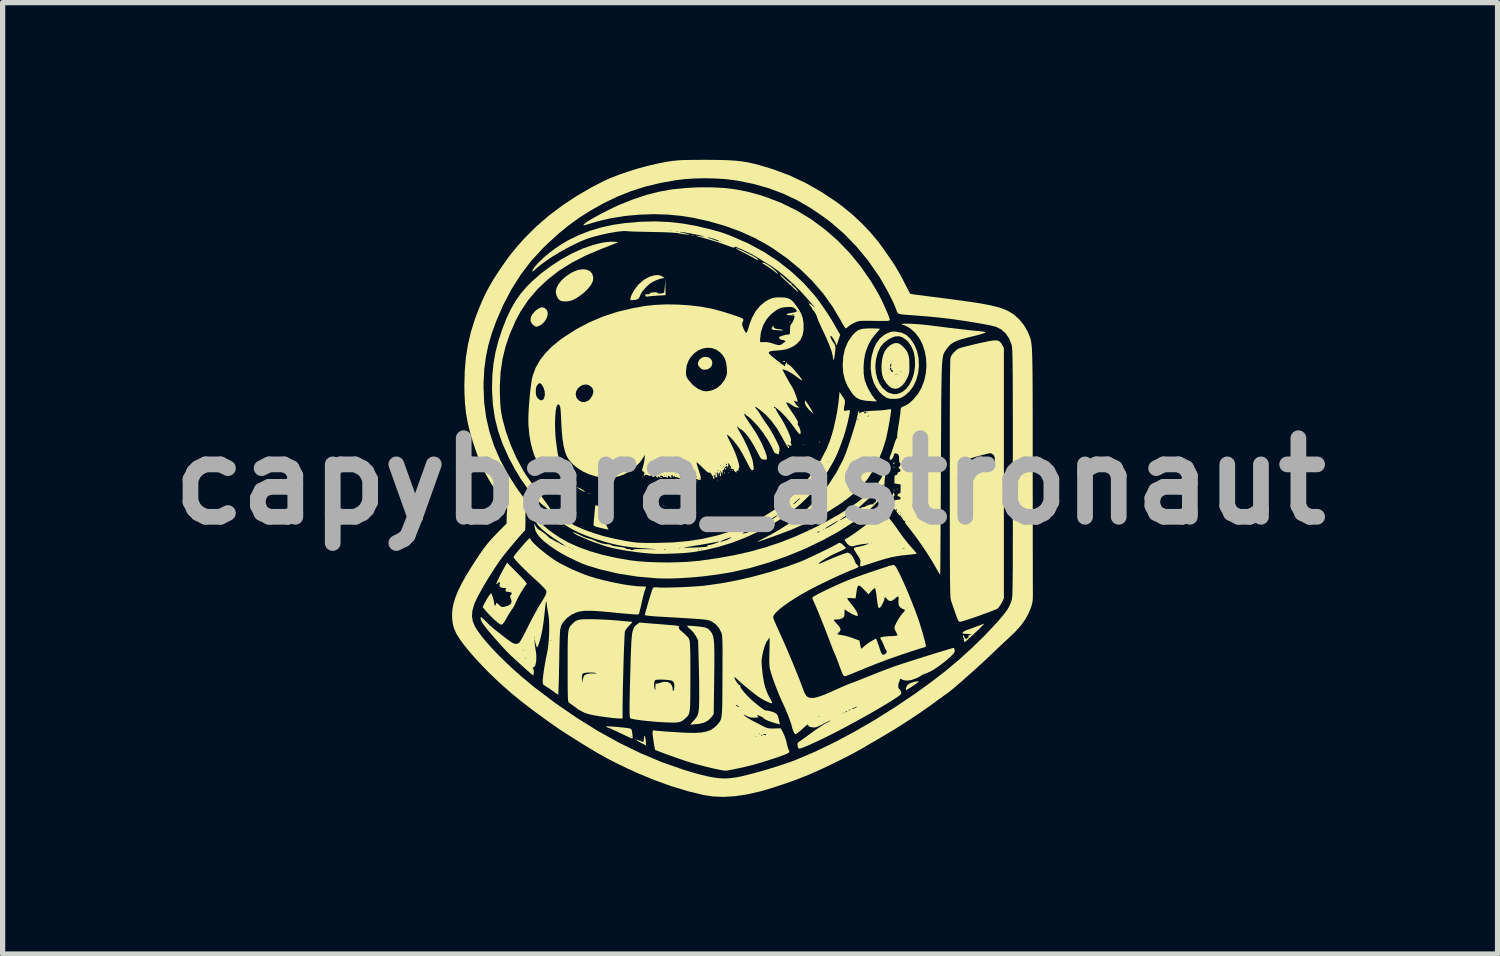
<source format=kicad_pcb>
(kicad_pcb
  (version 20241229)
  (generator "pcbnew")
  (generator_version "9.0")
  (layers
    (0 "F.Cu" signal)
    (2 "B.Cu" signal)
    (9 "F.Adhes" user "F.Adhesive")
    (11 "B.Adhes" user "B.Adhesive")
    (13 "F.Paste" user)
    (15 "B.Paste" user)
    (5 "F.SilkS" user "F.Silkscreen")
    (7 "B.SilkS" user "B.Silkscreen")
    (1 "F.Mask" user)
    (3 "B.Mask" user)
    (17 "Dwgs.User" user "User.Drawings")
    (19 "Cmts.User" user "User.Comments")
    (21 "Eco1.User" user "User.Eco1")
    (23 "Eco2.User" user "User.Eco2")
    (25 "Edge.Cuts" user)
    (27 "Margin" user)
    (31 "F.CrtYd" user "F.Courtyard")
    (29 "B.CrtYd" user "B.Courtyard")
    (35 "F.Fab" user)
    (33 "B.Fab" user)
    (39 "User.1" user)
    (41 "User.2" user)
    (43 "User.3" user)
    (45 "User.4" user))
  (footprint "capybara_astronaut"
    (layer "F.Cu")
    (at 11.264 6.134)
    (property "Reference" "capybara_astronaut" (at 0 0 0) (layer "F.Fab") (effects (font (size 1.5 1.5) (thickness 0.3))))
    (attr board_only exclude_from_pos_files exclude_from_bom)
    (fp_poly (pts (xy -3.562 0.857) (xy -3.569 0.865) (xy -3.576 0.857) (xy -3.569 0.85)) (stroke (width 0) (type solid)) (fill yes) (layer "F.SilkS"))
    (fp_poly (pts (xy -3.034 0.242) (xy -3.041 0.249) (xy -3.049 0.242) (xy -3.041 0.235)) (stroke (width 0) (type solid)) (fill yes) (layer "F.SilkS"))
    (fp_poly (pts (xy -2.184 4.932) (xy -2.191 4.939) (xy -2.199 4.932) (xy -2.191 4.925)) (stroke (width 0) (type solid)) (fill yes) (layer "F.SilkS"))
    (fp_poly (pts (xy -2.052 -0.095) (xy -2.059 -0.088) (xy -2.067 -0.095) (xy -2.059 -0.103)) (stroke (width 0) (type solid)) (fill yes) (layer "F.SilkS"))
    (fp_poly (pts (xy -2.037 -0.066) (xy -2.045 -0.059) (xy -2.052 -0.066) (xy -2.045 -0.073)) (stroke (width 0) (type solid)) (fill yes) (layer "F.SilkS"))
    (fp_poly (pts (xy -1.642 0.462) (xy -1.649 0.469) (xy -1.656 0.462) (xy -1.649 0.454)) (stroke (width 0) (type solid)) (fill yes) (layer "F.SilkS"))
    (fp_poly (pts (xy -1.612 0.476) (xy -1.62 0.484) (xy -1.627 0.476) (xy -1.62 0.469)) (stroke (width 0) (type solid)) (fill yes) (layer "F.SilkS"))
    (fp_poly (pts (xy -1.392 -0.051) (xy -1.4 -0.044) (xy -1.407 -0.051) (xy -1.4 -0.059)) (stroke (width 0) (type solid)) (fill yes) (layer "F.SilkS"))
    (fp_poly (pts (xy -1.055 -0.022) (xy -1.063 -0.015) (xy -1.07 -0.022) (xy -1.063 -0.029)) (stroke (width 0) (type solid)) (fill yes) (layer "F.SilkS"))
    (fp_poly (pts (xy -0.616 -0.022) (xy -0.623 -0.015) (xy -0.63 -0.022) (xy -0.623 -0.029)) (stroke (width 0) (type solid)) (fill yes) (layer "F.SilkS"))
    (fp_poly (pts (xy -0.513 -0.125) (xy -0.52 -0.117) (xy -0.528 -0.125) (xy -0.52 -0.132)) (stroke (width 0) (type solid)) (fill yes) (layer "F.SilkS"))
    (fp_poly (pts (xy -0.41 -0.227) (xy -0.418 -0.22) (xy -0.425 -0.227) (xy -0.418 -0.235)) (stroke (width 0) (type solid)) (fill yes) (layer "F.SilkS"))
    (fp_poly (pts (xy -0.41 -0.169) (xy -0.418 -0.161) (xy -0.425 -0.169) (xy -0.418 -0.176)) (stroke (width 0) (type solid)) (fill yes) (layer "F.SilkS"))
    (fp_poly (pts (xy -0.366 -0.198) (xy -0.374 -0.191) (xy -0.381 -0.198) (xy -0.374 -0.205)) (stroke (width 0) (type solid)) (fill yes) (layer "F.SilkS"))
    (fp_poly (pts (xy 1.026 -0.696) (xy 1.019 -0.689) (xy 1.011 -0.696) (xy 1.019 -0.704)) (stroke (width 0) (type solid)) (fill yes) (layer "F.SilkS"))
    (fp_poly (pts (xy 1.114 -3.422) (xy 1.107 -3.415) (xy 1.099 -3.422) (xy 1.107 -3.43)) (stroke (width 0) (type solid)) (fill yes) (layer "F.SilkS"))
    (fp_poly (pts (xy 2.228 0.447) (xy 2.22 0.454) (xy 2.213 0.447) (xy 2.22 0.44)) (stroke (width 0) (type solid)) (fill yes) (layer "F.SilkS"))
    (fp_poly (pts (xy 2.272 0.403) (xy 2.264 0.41) (xy 2.257 0.403) (xy 2.264 0.396)) (stroke (width 0) (type solid)) (fill yes) (layer "F.SilkS"))
    (fp_poly (pts (xy -3.068 0.225) (xy -3.07 0.233) (xy -3.078 0.235) (xy -3.09 0.229) (xy -3.088 0.225) (xy -3.07 0.223)) (stroke (width 0) (type solid)) (fill yes) (layer "F.SilkS"))
    (fp_poly (pts (xy -1.002 -0.01) (xy -1.004 -0.001) (xy -1.011 0) (xy -1.023 -0.005) (xy -1.021 -0.01) (xy -1.004 -0.012)) (stroke (width 0) (type solid)) (fill yes) (layer "F.SilkS"))
    (fp_poly (pts (xy -0.489 -0.18) (xy -0.487 -0.15) (xy -0.489 -0.143) (xy -0.494 -0.141) (xy -0.496 -0.161) (xy -0.494 -0.182)) (stroke (width 0) (type solid)) (fill yes) (layer "F.SilkS"))
    (fp_poly (pts (xy -0.386 -0.259) (xy -0.388 -0.25) (xy -0.396 -0.249) (xy -0.408 -0.255) (xy -0.406 -0.259) (xy -0.388 -0.261)) (stroke (width 0) (type solid)) (fill yes) (layer "F.SilkS"))
    (fp_poly (pts (xy -0.327 -0.215) (xy -0.326 -0.198) (xy -0.327 -0.195) (xy -0.336 -0.197) (xy -0.337 -0.205) (xy -0.332 -0.217)) (stroke (width 0) (type solid)) (fill yes) (layer "F.SilkS"))
    (fp_poly (pts (xy 0.772 -3.044) (xy 0.77 -3.035) (xy 0.762 -3.034) (xy 0.75 -3.039) (xy 0.752 -3.044) (xy 0.77 -3.045)) (stroke (width 0) (type solid)) (fill yes) (layer "F.SilkS"))
    (fp_poly (pts (xy 0.918 -1.49) (xy 0.92 -1.473) (xy 0.918 -1.471) (xy 0.91 -1.473) (xy 0.909 -1.48) (xy 0.914 -1.492)) (stroke (width 0) (type solid)) (fill yes) (layer "F.SilkS"))
    (fp_poly (pts (xy 1.329 -0.757) (xy 1.331 -0.74) (xy 1.329 -0.738) (xy 1.32 -0.74) (xy 1.319 -0.747) (xy 1.324 -0.76)) (stroke (width 0) (type solid)) (fill yes) (layer "F.SilkS"))
    (fp_poly (pts (xy 2.751 0.158) (xy 2.752 0.188) (xy 2.751 0.194) (xy 2.745 0.196) (xy 2.743 0.176) (xy 2.745 0.155)) (stroke (width 0) (type solid)) (fill yes) (layer "F.SilkS"))
    (fp_poly (pts (xy 2.751 -0.281) (xy 2.753 -0.258) (xy 2.75 -0.253) (xy 2.743 -0.258) (xy 2.742 -0.272) (xy 2.746 -0.288)) (stroke (width 0) (type solid)) (fill yes) (layer "F.SilkS"))
    (fp_poly (pts (xy 2.809 0.137) (xy 2.811 0.154) (xy 2.809 0.156) (xy 2.8 0.154) (xy 2.799 0.147) (xy 2.805 0.135)) (stroke (width 0) (type solid)) (fill yes) (layer "F.SilkS"))
    (fp_poly (pts (xy -3.359 0.065) (xy -3.343 0.079) (xy -3.346 0.088) (xy -3.348 0.088) (xy -3.361 0.078) (xy -3.365 0.071) (xy -3.367 0.061)) (stroke (width 0) (type solid)) (fill yes) (layer "F.SilkS"))
    (fp_poly (pts (xy -0.457 -0.253) (xy -0.454 -0.243) (xy -0.459 -0.222) (xy -0.472 -0.228) (xy -0.476 -0.233) (xy -0.474 -0.252) (xy -0.469 -0.256)) (stroke (width 0) (type solid)) (fill yes) (layer "F.SilkS"))
    (fp_poly (pts (xy 0.662 -2.29) (xy 0.668 -2.278) (xy 0.649 -2.275) (xy 0.647 -2.276) (xy 0.627 -2.282) (xy 0.63 -2.292) (xy 0.651 -2.298)) (stroke (width 0) (type solid)) (fill yes) (layer "F.SilkS"))
    (fp_poly (pts (xy -1.149 -0.052) (xy -1.143 -0.044) (xy -1.155 -0.032) (xy -1.173 -0.029) (xy -1.196 -0.035) (xy -1.202 -0.044) (xy -1.19 -0.056) (xy -1.173 -0.059)) (stroke (width 0) (type solid)) (fill yes) (layer "F.SilkS"))
    (fp_poly (pts (xy -1.066 -4.7) (xy -1.066 -4.695) (xy -1.088 -4.693) (xy -1.092 -4.693) (xy -1.115 -4.695) (xy -1.112 -4.7) (xy -1.11 -4.7) (xy -1.078 -4.702)) (stroke (width 0) (type solid)) (fill yes) (layer "F.SilkS"))
    (fp_poly (pts (xy 2.755 -0.354) (xy 2.755 -0.344) (xy 2.748 -0.325) (xy 2.741 -0.322) (xy 2.733 -0.333) (xy 2.735 -0.344) (xy 2.746 -0.364) (xy 2.75 -0.366)) (stroke (width 0) (type solid)) (fill yes) (layer "F.SilkS"))
    (fp_poly (pts (xy -3.714 0.74) (xy -3.683 0.759) (xy -3.647 0.783) (xy -3.615 0.807) (xy -3.594 0.824) (xy -3.591 0.829) (xy -3.601 0.835) (xy -3.63 0.821) (xy -3.657 0.802) (xy -3.7 0.769) (xy -3.726 0.745) (xy -3.732 0.733) (xy -3.73 0.733)) (stroke (width 0) (type solid)) (fill yes) (layer "F.SilkS"))
    (fp_poly (pts (xy -3.278 0.122) (xy -3.244 0.137) (xy -3.201 0.161) (xy -3.169 0.181) (xy -3.159 0.19) (xy -3.153 0.201) (xy -3.158 0.203) (xy -3.178 0.194) (xy -3.217 0.175) (xy -3.259 0.151) (xy -3.291 0.129) (xy -3.298 0.123) (xy -3.299 0.115)) (stroke (width 0) (type solid)) (fill yes) (layer "F.SilkS"))
    (fp_poly (pts (xy -0.791 -2.364) (xy -0.75 -2.335) (xy -0.726 -2.295) (xy -0.72 -2.249) (xy -0.732 -2.204) (xy -0.763 -2.164) (xy -0.811 -2.137) (xy -0.843 -2.13) (xy -0.888 -2.128) (xy -0.923 -2.141) (xy -0.95 -2.162) (xy -0.988 -2.207) (xy -0.997 -2.256) (xy -0.976 -2.305) (xy -0.954 -2.332) (xy -0.914 -2.362) (xy -0.869 -2.374) (xy -0.851 -2.374)) (stroke (width 0) (type solid)) (fill yes) (layer "F.SilkS"))
    (fp_poly (pts (xy 1.065 -1.527) (xy 1.087 -1.496) (xy 1.115 -1.454) (xy 1.145 -1.407) (xy 1.171 -1.362) (xy 1.191 -1.324) (xy 1.2 -1.301) (xy 1.2 -1.298) (xy 1.188 -1.305) (xy 1.162 -1.329) (xy 1.127 -1.365) (xy 1.123 -1.368) (xy 1.075 -1.426) (xy 1.051 -1.474) (xy 1.047 -1.491) (xy 1.046 -1.523) (xy 1.051 -1.538) (xy 1.052 -1.538)) (stroke (width 0) (type solid)) (fill yes) (layer "F.SilkS"))
    (fp_poly (pts (xy 0.448 -2.966) (xy 0.446 -2.957) (xy 0.451 -2.934) (xy 0.479 -2.915) (xy 0.524 -2.904) (xy 0.554 -2.902) (xy 0.592 -2.896) (xy 0.616 -2.887) (xy 0.63 -2.876) (xy 0.619 -2.875) (xy 0.616 -2.876) (xy 0.59 -2.878) (xy 0.545 -2.881) (xy 0.502 -2.884) (xy 0.446 -2.889) (xy 0.417 -2.9) (xy 0.412 -2.919) (xy 0.428 -2.948) (xy 0.432 -2.954) (xy 0.447 -2.972)) (stroke (width 0) (type solid)) (fill yes) (layer "F.SilkS"))
    (fp_poly (pts (xy 3.217 3.825) (xy 3.217 3.825) (xy 3.202 3.839) (xy 3.169 3.864) (xy 3.125 3.894) (xy 3.077 3.926) (xy 3.032 3.955) (xy 2.996 3.977) (xy 2.977 3.986) (xy 2.976 3.987) (xy 2.973 3.974) (xy 2.978 3.944) (xy 2.981 3.933) (xy 3 3.893) (xy 3.033 3.866) (xy 3.056 3.854) (xy 3.1 3.838) (xy 3.145 3.826) (xy 3.184 3.819) (xy 3.211 3.818)) (stroke (width 0) (type solid)) (fill yes) (layer "F.SilkS"))
    (fp_poly (pts (xy -3.928 -3.312) (xy -3.887 -3.278) (xy -3.876 -3.262) (xy -3.86 -3.213) (xy -3.866 -3.155) (xy -3.891 -3.094) (xy -3.93 -3.037) (xy -3.982 -2.99) (xy -4.026 -2.966) (xy -4.06 -2.952) (xy -4.078 -2.948) (xy -4.096 -2.955) (xy -4.117 -2.966) (xy -4.165 -3.007) (xy -4.188 -3.058) (xy -4.186 -3.117) (xy -4.16 -3.179) (xy -4.109 -3.24) (xy -4.096 -3.253) (xy -4.031 -3.3) (xy -3.976 -3.32)) (stroke (width 0) (type solid)) (fill yes) (layer "F.SilkS"))
    (fp_poly (pts (xy 0.295 -4.156) (xy 0.343 -4.128) (xy 0.398 -4.09) (xy 0.454 -4.044) (xy 0.464 -4.036) (xy 0.502 -4) (xy 0.527 -3.973) (xy 0.536 -3.959) (xy 0.535 -3.958) (xy 0.514 -3.967) (xy 0.491 -3.985) (xy 0.465 -4.006) (xy 0.423 -4.036) (xy 0.374 -4.071) (xy 0.324 -4.105) (xy 0.28 -4.133) (xy 0.251 -4.15) (xy 0.246 -4.152) (xy 0.235 -4.164) (xy 0.238 -4.17) (xy 0.258 -4.171)) (stroke (width 0) (type solid)) (fill yes) (layer "F.SilkS"))
    (fp_poly (pts (xy -0.258 -4.448) (xy -0.222 -4.434) (xy -0.171 -4.411) (xy -0.111 -4.383) (xy -0.048 -4.352) (xy 0.014 -4.321) (xy 0.069 -4.292) (xy 0.111 -4.268) (xy 0.134 -4.251) (xy 0.157 -4.226) (xy 0.157 -4.217) (xy 0.135 -4.225) (xy 0.095 -4.246) (xy 0.059 -4.267) (xy 0.003 -4.296) (xy -0.062 -4.331) (xy -0.122 -4.362) (xy -0.183 -4.393) (xy -0.231 -4.42) (xy -0.263 -4.44) (xy -0.274 -4.45) (xy -0.274 -4.45)) (stroke (width 0) (type solid)) (fill yes) (layer "F.SilkS"))
    (fp_poly (pts (xy -2.006 4.87) (xy -1.997 4.902) (xy -1.991 4.948) (xy -1.99 4.958) (xy -1.987 5.003) (xy -1.985 5.033) (xy -1.985 5.041) (xy -1.997 5.035) (xy -2.029 5.019) (xy -2.074 4.996) (xy -2.078 4.995) (xy -2.123 4.97) (xy -2.156 4.95) (xy -2.169 4.938) (xy -2.169 4.938) (xy -2.157 4.936) (xy -2.129 4.943) (xy -2.094 4.955) (xy -2.063 4.969) (xy -2.057 4.972) (xy -2.039 4.971) (xy -2.027 4.945) (xy -2.023 4.896) (xy -2.023 4.891) (xy -2.02 4.861) (xy -2.014 4.855)) (stroke (width 0) (type solid)) (fill yes) (layer "F.SilkS"))
    (fp_poly (pts (xy -3.127 -4.04) (xy -3.065 -4.015) (xy -3.02 -3.97) (xy -3.012 -3.958) (xy -2.992 -3.892) (xy -2.999 -3.822) (xy -3.034 -3.749) (xy -3.095 -3.671) (xy -3.156 -3.611) (xy -3.229 -3.553) (xy -3.303 -3.502) (xy -3.372 -3.464) (xy -3.4 -3.452) (xy -3.469 -3.435) (xy -3.538 -3.431) (xy -3.598 -3.438) (xy -3.633 -3.454) (xy -3.669 -3.493) (xy -3.695 -3.548) (xy -3.708 -3.607) (xy -3.708 -3.616) (xy -3.694 -3.687) (xy -3.655 -3.763) (xy -3.595 -3.838) (xy -3.516 -3.908) (xy -3.423 -3.971) (xy -3.38 -3.995) (xy -3.289 -4.03) (xy -3.203 -4.046)) (stroke (width 0) (type solid)) (fill yes) (layer "F.SilkS"))
    (fp_poly (pts (xy -1.615 -3.699) (xy -1.612 -3.551) (xy -1.77 -3.542) (xy -1.838 -3.537) (xy -1.898 -3.532) (xy -1.941 -3.527) (xy -1.958 -3.524) (xy -1.988 -3.525) (xy -1.998 -3.537) (xy -1.999 -3.563) (xy -1.978 -3.571) (xy -1.956 -3.568) (xy -1.926 -3.569) (xy -1.915 -3.582) (xy -1.898 -3.595) (xy -1.864 -3.603) (xy -1.823 -3.607) (xy -1.786 -3.604) (xy -1.763 -3.596) (xy -1.759 -3.589) (xy -1.746 -3.583) (xy -1.717 -3.582) (xy -1.682 -3.586) (xy -1.652 -3.594) (xy -1.642 -3.6) (xy -1.638 -3.617) (xy -1.633 -3.656) (xy -1.627 -3.709) (xy -1.626 -3.727) (xy -1.617 -3.847)) (stroke (width 0) (type solid)) (fill yes) (layer "F.SilkS"))
    (fp_poly (pts (xy 0.59 -3.933) (xy 0.623 -3.907) (xy 0.663 -3.87) (xy 0.671 -3.862) (xy 0.712 -3.824) (xy 0.748 -3.795) (xy 0.772 -3.782) (xy 0.774 -3.781) (xy 0.789 -3.777) (xy 0.787 -3.772) (xy 0.79 -3.757) (xy 0.811 -3.733) (xy 0.843 -3.706) (xy 0.858 -3.696) (xy 0.872 -3.681) (xy 0.891 -3.656) (xy 0.91 -3.629) (xy 0.92 -3.61) (xy 0.92 -3.606) (xy 0.908 -3.615) (xy 0.881 -3.64) (xy 0.844 -3.674) (xy 0.843 -3.676) (xy 0.798 -3.718) (xy 0.741 -3.77) (xy 0.682 -3.824) (xy 0.66 -3.844) (xy 0.616 -3.885) (xy 0.585 -3.917) (xy 0.569 -3.938) (xy 0.57 -3.942)) (stroke (width 0) (type solid)) (fill yes) (layer "F.SilkS"))
    (fp_poly (pts (xy -1.708 -3.926) (xy -1.66 -3.899) (xy -1.656 -3.896) (xy -1.635 -3.877) (xy -1.639 -3.873) (xy -1.646 -3.875) (xy -1.672 -3.874) (xy -1.716 -3.863) (xy -1.77 -3.844) (xy -1.786 -3.838) (xy -1.854 -3.807) (xy -1.909 -3.772) (xy -1.963 -3.725) (xy -1.988 -3.699) (xy -2.038 -3.644) (xy -2.076 -3.592) (xy -2.096 -3.551) (xy -2.113 -3.506) (xy -2.132 -3.481) (xy -2.163 -3.467) (xy -2.213 -3.459) (xy -2.256 -3.455) (xy -2.278 -3.457) (xy -2.286 -3.468) (xy -2.286 -3.478) (xy -2.277 -3.518) (xy -2.253 -3.572) (xy -2.219 -3.634) (xy -2.177 -3.695) (xy -2.134 -3.749) (xy -2.122 -3.762) (xy -2.026 -3.844) (xy -1.923 -3.901) (xy -1.837 -3.927) (xy -1.764 -3.935)) (stroke (width 0) (type solid)) (fill yes) (layer "F.SilkS"))
    (fp_poly (pts (xy -2.692 4.678) (xy -2.635 4.681) (xy -2.567 4.686) (xy -2.495 4.693) (xy -2.425 4.7) (xy -2.362 4.707) (xy -2.314 4.714) (xy -2.286 4.72) (xy -2.283 4.722) (xy -2.261 4.741) (xy -2.256 4.753) (xy -2.253 4.777) (xy -2.247 4.818) (xy -2.244 4.84) (xy -2.239 4.887) (xy -2.244 4.908) (xy -2.248 4.91) (xy -2.267 4.904) (xy -2.306 4.887) (xy -2.336 4.873) (xy -2.272 4.873) (xy -2.264 4.881) (xy -2.257 4.873) (xy -2.264 4.866) (xy -2.272 4.873) (xy -2.336 4.873) (xy -2.362 4.861) (xy -2.428 4.83) (xy -2.455 4.817) (xy -2.528 4.782) (xy -2.597 4.75) (xy -2.655 4.724) (xy -2.694 4.708) (xy -2.701 4.706) (xy -2.735 4.693) (xy -2.75 4.682) (xy -2.75 4.679) (xy -2.732 4.677)) (stroke (width 0) (type solid)) (fill yes) (layer "F.SilkS"))
    (fp_poly (pts (xy -2.927 0.461) (xy -2.891 0.477) (xy -2.845 0.501) (xy -2.794 0.529) (xy -2.744 0.557) (xy -2.702 0.582) (xy -2.673 0.602) (xy -2.663 0.611) (xy -2.663 0.612) (xy -2.686 0.61) (xy -2.723 0.599) (xy -2.734 0.594) (xy -2.778 0.58) (xy -2.802 0.585) (xy -2.809 0.611) (xy -2.805 0.642) (xy -2.794 0.686) (xy -2.777 0.742) (xy -2.756 0.8) (xy -2.735 0.853) (xy -2.716 0.892) (xy -2.708 0.905) (xy -2.701 0.915) (xy -2.702 0.92) (xy -2.714 0.92) (xy -2.744 0.915) (xy -2.795 0.904) (xy -2.842 0.893) (xy -2.9 0.879) (xy -2.947 0.865) (xy -2.975 0.854) (xy -2.98 0.852) (xy -2.986 0.83) (xy -2.986 0.791) (xy -2.984 0.774) (xy -2.979 0.729) (xy -2.973 0.667) (xy -2.967 0.599) (xy -2.966 0.583) (xy -2.961 0.525) (xy -2.955 0.481) (xy -2.949 0.457) (xy -2.946 0.454)) (stroke (width 0) (type solid)) (fill yes) (layer "F.SilkS"))
    (fp_poly (pts (xy 2.374 -2.916) (xy 2.429 -2.914) (xy 2.465 -2.911) (xy 2.477 -2.907) (xy 2.468 -2.893) (xy 2.443 -2.863) (xy 2.407 -2.824) (xy 2.399 -2.815) (xy 2.322 -2.717) (xy 2.256 -2.599) (xy 2.208 -2.47) (xy 2.189 -2.396) (xy 2.173 -2.285) (xy 2.166 -2.169) (xy 2.169 -2.058) (xy 2.182 -1.962) (xy 2.19 -1.927) (xy 2.223 -1.837) (xy 2.267 -1.743) (xy 2.318 -1.655) (xy 2.369 -1.584) (xy 2.421 -1.524) (xy 2.357 -1.526) (xy 2.307 -1.529) (xy 2.244 -1.534) (xy 2.197 -1.538) (xy 2.106 -1.556) (xy 2.032 -1.593) (xy 1.969 -1.651) (xy 1.944 -1.683) (xy 1.863 -1.811) (xy 1.808 -1.94) (xy 1.777 -2.076) (xy 1.768 -2.213) (xy 1.778 -2.379) (xy 1.812 -2.529) (xy 1.869 -2.662) (xy 1.947 -2.778) (xy 1.974 -2.807) (xy 2.019 -2.851) (xy 2.062 -2.881) (xy 2.109 -2.9) (xy 2.167 -2.911) (xy 2.243 -2.916) (xy 2.308 -2.917)) (stroke (width 0) (type solid)) (fill yes) (layer "F.SilkS"))
    (fp_poly (pts (xy 4.464 2.723) (xy 4.446 2.745) (xy 4.409 2.783) (xy 4.357 2.834) (xy 4.29 2.897) (xy 4.212 2.97) (xy 4.16 3.017) (xy 4.123 3.05) (xy 4.101 3.065) (xy 4.089 3.064) (xy 4.082 3.05) (xy 4.082 3.049) (xy 4.078 3.019) (xy 4.081 3.006) (xy 4.078 2.99) (xy 4.073 2.987) (xy 4.062 2.97) (xy 4.063 2.953) (xy 4.069 2.936) (xy 4.077 2.943) (xy 4.086 2.963) (xy 4.103 2.994) (xy 4.12 3.012) (xy 4.131 3.014) (xy 4.133 3.005) (xy 4.145 2.992) (xy 4.155 2.99) (xy 4.174 2.982) (xy 4.175 2.967) (xy 4.159 2.96) (xy 4.158 2.955) (xy 4.178 2.942) (xy 4.184 2.939) (xy 4.228 2.919) (xy 4.17 2.915) (xy 4.124 2.913) (xy 4.087 2.91) (xy 4.082 2.91) (xy 4.056 2.903) (xy 4.055 2.888) (xy 4.075 2.869) (xy 4.116 2.848) (xy 4.126 2.844) (xy 4.175 2.827) (xy 4.238 2.803) (xy 4.308 2.777) (xy 4.375 2.752) (xy 4.431 2.731) (xy 4.463 2.718)) (stroke (width 0) (type solid)) (fill yes) (layer "F.SilkS"))
    (fp_poly (pts (xy -1.139 2.759) (xy -1.081 2.763) (xy -1.016 2.768) (xy -0.931 2.778) (xy -0.868 2.788) (xy -0.823 2.804) (xy -0.788 2.826) (xy -0.759 2.859) (xy -0.736 2.89) (xy -0.723 2.913) (xy -0.712 2.939) (xy -0.702 2.971) (xy -0.695 3.011) (xy -0.689 3.062) (xy -0.685 3.126) (xy -0.682 3.206) (xy -0.681 3.303) (xy -0.681 3.422) (xy -0.682 3.563) (xy -0.684 3.73) (xy -0.685 3.824) (xy -0.694 4.445) (xy -0.739 4.504) (xy -0.8 4.565) (xy -0.876 4.606) (xy -0.972 4.63) (xy -1.031 4.636) (xy -1.145 4.644) (xy -1.087 4.581) (xy -1.046 4.535) (xy -1.017 4.495) (xy -0.997 4.454) (xy -0.984 4.406) (xy -0.977 4.345) (xy -0.972 4.264) (xy -0.971 4.206) (xy -0.97 4.137) (xy -0.97 4.044) (xy -0.971 3.934) (xy -0.972 3.811) (xy -0.974 3.683) (xy -0.977 3.554) (xy -0.978 3.516) (xy -0.991 3.038) (xy -1.031 2.959) (xy -1.08 2.886) (xy -1.143 2.821) (xy -1.178 2.791) (xy -1.199 2.768) (xy -1.201 2.758) (xy -1.182 2.757)) (stroke (width 0) (type solid)) (fill yes) (layer "F.SilkS"))
    (fp_poly (pts (xy 2.79 -2.854) (xy 2.792 -2.853) (xy 2.892 -2.834) (xy 2.975 -2.796) (xy 3.046 -2.734) (xy 3.056 -2.723) (xy 3.133 -2.611) (xy 3.187 -2.483) (xy 3.217 -2.342) (xy 3.222 -2.191) (xy 3.208 -2.068) (xy 3.172 -1.933) (xy 3.116 -1.813) (xy 3.04 -1.711) (xy 2.948 -1.632) (xy 2.948 -1.632) (xy 2.898 -1.601) (xy 2.857 -1.584) (xy 2.809 -1.575) (xy 2.763 -1.572) (xy 2.692 -1.572) (xy 2.639 -1.581) (xy 2.601 -1.595) (xy 2.535 -1.639) (xy 2.469 -1.705) (xy 2.409 -1.789) (xy 2.36 -1.882) (xy 2.358 -1.887) (xy 2.32 -2.012) (xy 2.302 -2.15) (xy 2.304 -2.192) (xy 2.391 -2.192) (xy 2.4 -2.071) (xy 2.428 -1.958) (xy 2.473 -1.858) (xy 2.534 -1.773) (xy 2.61 -1.709) (xy 2.645 -1.69) (xy 2.725 -1.664) (xy 2.803 -1.664) (xy 2.883 -1.693) (xy 2.909 -1.707) (xy 2.98 -1.764) (xy 3.041 -1.844) (xy 3.091 -1.943) (xy 3.127 -2.054) (xy 3.146 -2.174) (xy 3.148 -2.197) (xy 3.146 -2.341) (xy 3.124 -2.464) (xy 3.08 -2.571) (xy 3.016 -2.662) (xy 2.981 -2.696) (xy 2.913 -2.745) (xy 2.843 -2.768) (xy 2.768 -2.763) (xy 2.685 -2.732) (xy 2.629 -2.699) (xy 2.55 -2.637) (xy 2.49 -2.564) (xy 2.445 -2.472) (xy 2.433 -2.44) (xy 2.402 -2.316) (xy 2.391 -2.192) (xy 2.304 -2.192) (xy 2.307 -2.294) (xy 2.321 -2.387) (xy 2.359 -2.523) (xy 2.411 -2.635) (xy 2.477 -2.724) (xy 2.559 -2.792) (xy 2.603 -2.816) (xy 2.656 -2.84) (xy 2.697 -2.853) (xy 2.737 -2.857)) (stroke (width 0) (type solid)) (fill yes) (layer "F.SilkS"))
    (fp_poly (pts (xy 2.827 -2.634) (xy 2.862 -2.617) (xy 2.904 -2.583) (xy 2.909 -2.578) (xy 2.963 -2.522) (xy 3.001 -2.465) (xy 3.025 -2.401) (xy 3.038 -2.323) (xy 3.041 -2.223) (xy 3.041 -2.22) (xy 3.041 -2.146) (xy 3.037 -2.093) (xy 3.031 -2.051) (xy 3.019 -2.013) (xy 3 -1.97) (xy 3 -1.969) (xy 2.95 -1.881) (xy 2.893 -1.817) (xy 2.831 -1.777) (xy 2.767 -1.764) (xy 2.703 -1.779) (xy 2.65 -1.816) (xy 2.597 -1.875) (xy 2.549 -1.952) (xy 2.547 -1.955) (xy 2.523 -2.026) (xy 2.52 -2.047) (xy 2.775 -2.047) (xy 2.777 -2.038) (xy 2.785 -2.037) (xy 2.797 -2.043) (xy 2.796 -2.045) (xy 2.814 -2.045) (xy 2.821 -2.037) (xy 2.829 -2.045) (xy 2.821 -2.052) (xy 2.814 -2.045) (xy 2.796 -2.045) (xy 2.795 -2.047) (xy 2.777 -2.049) (xy 2.775 -2.047) (xy 2.52 -2.047) (xy 2.51 -2.116) (xy 2.51 -2.154) (xy 2.67 -2.154) (xy 2.68 -2.123) (xy 2.682 -2.119) (xy 2.698 -2.091) (xy 2.715 -2.082) (xy 2.72 -2.089) (xy 2.873 -2.089) (xy 2.88 -2.081) (xy 2.887 -2.089) (xy 2.88 -2.096) (xy 2.873 -2.089) (xy 2.72 -2.089) (xy 2.725 -2.095) (xy 2.726 -2.104) (xy 2.719 -2.119) (xy 2.711 -2.118) (xy 2.7 -2.122) (xy 2.697 -2.139) (xy 2.691 -2.163) (xy 2.682 -2.169) (xy 2.67 -2.167) (xy 2.67 -2.154) (xy 2.51 -2.154) (xy 2.509 -2.201) (xy 2.67 -2.201) (xy 2.673 -2.186) (xy 2.682 -2.184) (xy 2.692 -2.196) (xy 2.696 -2.224) (xy 2.694 -2.25) (xy 2.689 -2.249) (xy 2.682 -2.235) (xy 2.67 -2.201) (xy 2.509 -2.201) (xy 2.509 -2.214) (xy 2.519 -2.314) (xy 2.539 -2.406) (xy 2.57 -2.481) (xy 2.573 -2.487) (xy 2.62 -2.549) (xy 2.678 -2.598) (xy 2.74 -2.63) (xy 2.788 -2.638)) (stroke (width 0) (type solid)) (fill yes) (layer "F.SilkS"))
    (fp_poly (pts (xy 2.539 0.583) (xy 2.572 0.614) (xy 2.615 0.661) (xy 2.665 0.719) (xy 2.717 0.784) (xy 2.769 0.853) (xy 2.813 0.916) (xy 2.884 1.018) (xy 2.95 1.106) (xy 3.019 1.191) (xy 3.1 1.285) (xy 3.118 1.304) (xy 3.15 1.341) (xy 3.173 1.369) (xy 3.18 1.381) (xy 3.167 1.385) (xy 3.129 1.391) (xy 3.074 1.398) (xy 3.005 1.405) (xy 2.994 1.406) (xy 2.885 1.418) (xy 2.787 1.433) (xy 2.691 1.452) (xy 2.59 1.478) (xy 2.476 1.512) (xy 2.349 1.553) (xy 2.273 1.578) (xy 2.205 1.599) (xy 2.152 1.616) (xy 2.119 1.625) (xy 2.11 1.627) (xy 2.101 1.613) (xy 2.102 1.573) (xy 2.103 1.565) (xy 2.107 1.531) (xy 2.103 1.502) (xy 2.089 1.47) (xy 2.062 1.426) (xy 2.046 1.402) (xy 2.015 1.353) (xy 1.991 1.313) (xy 1.979 1.287) (xy 1.979 1.285) (xy 2.911 1.285) (xy 2.931 1.287) (xy 2.952 1.285) (xy 2.95 1.28) (xy 2.92 1.278) (xy 2.913 1.28) (xy 2.911 1.285) (xy 1.979 1.285) (xy 1.979 1.283) (xy 1.992 1.269) (xy 2.029 1.257) (xy 2.048 1.254) (xy 2.104 1.243) (xy 2.168 1.226) (xy 2.199 1.216) (xy 2.279 1.188) (xy 2.191 1.195) (xy 2.124 1.204) (xy 2.053 1.218) (xy 2.021 1.226) (xy 1.972 1.238) (xy 1.94 1.241) (xy 1.914 1.235) (xy 1.896 1.227) (xy 1.858 1.198) (xy 1.844 1.18) (xy 2.316 1.18) (xy 2.323 1.187) (xy 2.33 1.18) (xy 2.323 1.173) (xy 2.316 1.18) (xy 1.844 1.18) (xy 1.828 1.161) (xy 1.803 1.116) (xy 1.877 1.071) (xy 1.948 1.025) (xy 2.031 0.967) (xy 2.119 0.903) (xy 2.207 0.837) (xy 2.288 0.773) (xy 2.358 0.715) (xy 2.409 0.669) (xy 2.415 0.663) (xy 2.457 0.622) (xy 2.493 0.591) (xy 2.515 0.574) (xy 2.52 0.572)) (stroke (width 0) (type solid)) (fill yes) (layer "F.SilkS"))
    (fp_poly (pts (xy -4.44 1.753) (xy -4.366 1.83) (xy -4.31 1.89) (xy -4.275 1.932) (xy -4.26 1.957) (xy -4.261 1.962) (xy -4.28 1.981) (xy -4.308 2.021) (xy -4.343 2.075) (xy -4.38 2.136) (xy -4.415 2.198) (xy -4.445 2.255) (xy -4.466 2.302) (xy -4.469 2.309) (xy -4.495 2.366) (xy -4.525 2.42) (xy -4.543 2.445) (xy -4.569 2.483) (xy -4.604 2.538) (xy -4.639 2.598) (xy -4.649 2.616) (xy -4.689 2.684) (xy -4.721 2.725) (xy -4.742 2.738) (xy -4.769 2.729) (xy -4.813 2.7) (xy -4.866 2.655) (xy -4.922 2.602) (xy -4.98 2.543) (xy -5.029 2.49) (xy -5.033 2.485) (xy -5.104 2.402) (xy -5.058 2.311) (xy -5.028 2.257) (xy -4.998 2.207) (xy -4.976 2.176) (xy -4.941 2.133) (xy -4.917 2.189) (xy -4.901 2.24) (xy -4.888 2.299) (xy -4.885 2.318) (xy -4.877 2.361) (xy -4.867 2.377) (xy -4.856 2.365) (xy -4.849 2.338) (xy -4.843 2.322) (xy -4.832 2.323) (xy -4.81 2.342) (xy -4.794 2.357) (xy -4.76 2.387) (xy -4.732 2.399) (xy -4.699 2.398) (xy -4.692 2.396) (xy -4.617 2.375) (xy -4.57 2.344) (xy -4.551 2.303) (xy -4.559 2.253) (xy -4.565 2.24) (xy -4.579 2.207) (xy -4.578 2.186) (xy -4.563 2.166) (xy -4.546 2.144) (xy -4.551 2.13) (xy -4.559 2.125) (xy -4.589 2.114) (xy -4.62 2.111) (xy -4.657 2.103) (xy -4.671 2.084) (xy -4.66 2.059) (xy -4.653 2.045) (xy -4.665 2.039) (xy -4.702 2.037) (xy -4.702 2.037) (xy -4.751 2.029) (xy -4.779 2.008) (xy -4.783 1.977) (xy -4.777 1.961) (xy -4.771 1.936) (xy -4.784 1.926) (xy -4.805 1.934) (xy -4.814 1.944) (xy -4.833 1.962) (xy -4.843 1.963) (xy -4.84 1.947) (xy -4.825 1.91) (xy -4.801 1.857) (xy -4.769 1.793) (xy -4.731 1.722) (xy -4.692 1.65) (xy -4.681 1.631) (xy -4.637 1.554)) (stroke (width 0) (type solid)) (fill yes) (layer "F.SilkS"))
    (fp_poly (pts (xy -0.498 -5.597) (xy -0.274 -5.57) (xy -0.055 -5.527) (xy 0.166 -5.468) (xy 0.293 -5.428) (xy 0.596 -5.312) (xy 0.886 -5.169) (xy 1.163 -5.002) (xy 1.425 -4.809) (xy 1.672 -4.593) (xy 1.903 -4.354) (xy 2.116 -4.093) (xy 2.311 -3.81) (xy 2.441 -3.592) (xy 2.475 -3.529) (xy 2.512 -3.454) (xy 2.549 -3.375) (xy 2.585 -3.295) (xy 2.618 -3.22) (xy 2.644 -3.156) (xy 2.661 -3.107) (xy 2.668 -3.079) (xy 2.668 -3.078) (xy 2.664 -3.071) (xy 2.652 -3.065) (xy 2.627 -3.061) (xy 2.586 -3.059) (xy 2.525 -3.059) (xy 2.441 -3.059) (xy 2.374 -3.06) (xy 2.275 -3.062) (xy 2.199 -3.062) (xy 2.143 -3.061) (xy 2.102 -3.059) (xy 2.07 -3.054) (xy 2.043 -3.046) (xy 2.015 -3.035) (xy 1.995 -3.026) (xy 1.943 -3) (xy 1.898 -2.971) (xy 1.875 -2.952) (xy 1.847 -2.928) (xy 1.827 -2.917) (xy 1.826 -2.917) (xy 1.813 -2.929) (xy 1.791 -2.963) (xy 1.761 -3.012) (xy 1.731 -3.067) (xy 1.575 -3.331) (xy 1.394 -3.584) (xy 1.187 -3.823) (xy 0.957 -4.047) (xy 0.705 -4.255) (xy 0.432 -4.446) (xy 0.323 -4.514) (xy 0.073 -4.65) (xy -0.199 -4.772) (xy -0.488 -4.876) (xy -0.79 -4.963) (xy -1.099 -5.03) (xy -1.313 -5.064) (xy -1.572 -5.089) (xy -1.842 -5.097) (xy -2.117 -5.087) (xy -2.389 -5.062) (xy -2.651 -5.02) (xy -2.897 -4.963) (xy -2.959 -4.945) (xy -3.028 -4.924) (xy -3.088 -4.906) (xy -3.132 -4.893) (xy -3.155 -4.886) (xy -3.177 -4.884) (xy -3.177 -4.896) (xy -3.155 -4.918) (xy -3.123 -4.943) (xy -3.069 -4.978) (xy -2.993 -5.022) (xy -2.903 -5.072) (xy -2.804 -5.125) (xy -2.702 -5.177) (xy -2.603 -5.225) (xy -2.513 -5.267) (xy -2.482 -5.28) (xy -2.226 -5.382) (xy -1.981 -5.463) (xy -1.74 -5.525) (xy -1.496 -5.569) (xy -1.24 -5.596) (xy -0.989 -5.609) (xy -0.734 -5.609)) (stroke (width 0) (type solid)) (fill yes) (layer "F.SilkS"))
    (fp_poly (pts (xy -3.029 2.633) (xy -3.019 2.633) (xy -2.914 2.635) (xy -2.792 2.64) (xy -2.668 2.647) (xy -2.554 2.656) (xy -2.526 2.658) (xy -2.442 2.666) (xy -2.368 2.673) (xy -2.307 2.678) (xy -2.267 2.681) (xy -2.252 2.682) (xy -2.249 2.691) (xy -2.267 2.715) (xy -2.301 2.749) (xy -2.341 2.792) (xy -2.373 2.834) (xy -2.388 2.863) (xy -2.391 2.885) (xy -2.394 2.934) (xy -2.398 3.005) (xy -2.401 3.095) (xy -2.406 3.201) (xy -2.41 3.32) (xy -2.414 3.448) (xy -2.418 3.583) (xy -2.421 3.72) (xy -2.425 3.856) (xy -2.428 3.989) (xy -2.43 4.114) (xy -2.432 4.229) (xy -2.433 4.33) (xy -2.433 4.392) (xy -2.433 4.529) (xy -2.503 4.527) (xy -2.555 4.524) (xy -2.604 4.52) (xy -2.616 4.519) (xy -2.759 4.501) (xy -2.877 4.484) (xy -2.974 4.468) (xy -3.054 4.451) (xy -3.12 4.432) (xy -3.177 4.41) (xy -3.23 4.383) (xy -3.281 4.351) (xy -3.335 4.313) (xy -3.344 4.306) (xy -3.39 4.272) (xy -3.43 4.244) (xy -3.454 4.227) (xy -3.461 4.222) (xy -3.466 4.213) (xy -3.47 4.197) (xy -3.473 4.173) (xy -3.476 4.137) (xy -3.478 4.087) (xy -3.479 4.021) (xy -3.48 3.935) (xy -3.481 3.828) (xy -3.481 3.749) (xy -3.209 3.749) (xy -3.208 3.764) (xy -3.207 3.847) (xy -3.19 3.774) (xy -3.178 3.73) (xy -3.162 3.704) (xy -3.135 3.689) (xy -3.114 3.681) (xy -3.062 3.671) (xy -3.003 3.667) (xy -2.985 3.668) (xy -2.947 3.67) (xy -2.931 3.667) (xy -2.934 3.662) (xy -2.961 3.655) (xy -3.008 3.651) (xy -3.063 3.65) (xy -3.118 3.653) (xy -3.162 3.659) (xy -3.181 3.665) (xy -3.198 3.679) (xy -3.206 3.705) (xy -3.209 3.749) (xy -3.481 3.749) (xy -3.481 3.697) (xy -3.481 3.545) (xy -3.481 3.38) (xy -3.481 3.241) (xy -3.48 3.127) (xy -3.478 3.033) (xy -3.475 2.958) (xy -3.471 2.899) (xy -3.465 2.854) (xy -3.457 2.819) (xy -3.446 2.791) (xy -3.434 2.769) (xy -3.418 2.75) (xy -3.4 2.73) (xy -3.397 2.728) (xy -3.363 2.694) (xy -3.331 2.669) (xy -3.296 2.652) (xy -3.254 2.641) (xy -3.199 2.635) (xy -3.126 2.633)) (stroke (width 0) (type solid)) (fill yes) (layer "F.SilkS"))
    (fp_poly (pts (xy 2.691 -1.373) (xy 2.692 -1.356) (xy 2.688 -1.316) (xy 2.68 -1.257) (xy 2.668 -1.184) (xy 2.654 -1.104) (xy 2.639 -1.021) (xy 2.623 -0.939) (xy 2.608 -0.865) (xy 2.594 -0.804) (xy 2.587 -0.78) (xy 2.526 -0.588) (xy 2.447 -0.398) (xy 2.355 -0.218) (xy 2.254 -0.058) (xy 2.249 -0.051) (xy 2.148 0.072) (xy 2.02 0.198) (xy 1.868 0.325) (xy 1.694 0.45) (xy 1.501 0.572) (xy 1.292 0.69) (xy 1.069 0.801) (xy 0.834 0.905) (xy 0.733 0.946) (xy 0.659 0.974) (xy 0.577 1.005) (xy 0.49 1.037) (xy 0.403 1.068) (xy 0.321 1.097) (xy 0.249 1.123) (xy 0.191 1.142) (xy 0.152 1.154) (xy 0.137 1.158) (xy 0.145 1.152) (xy 0.174 1.135) (xy 0.218 1.112) (xy 0.237 1.102) (xy 0.424 1.003) (xy 0.587 0.908) (xy 0.734 0.813) (xy 0.867 0.716) (xy 0.994 0.613) (xy 1.118 0.499) (xy 1.134 0.484) (xy 1.331 0.276) (xy 1.504 0.056) (xy 1.652 -0.173) (xy 1.773 -0.408) (xy 1.815 -0.506) (xy 1.841 -0.576) (xy 1.872 -0.663) (xy 1.905 -0.761) (xy 1.938 -0.865) (xy 1.971 -0.969) (xy 2.001 -1.067) (xy 2.025 -1.153) (xy 2.033 -1.181) (xy 2.053 -1.181) (xy 2.056 -1.162) (xy 2.061 -1.162) (xy 2.064 -1.181) (xy 2.062 -1.19) (xy 2.055 -1.195) (xy 2.053 -1.181) (xy 2.033 -1.181) (xy 2.044 -1.222) (xy 2.047 -1.238) (xy 2.228 -1.238) (xy 2.235 -1.231) (xy 2.242 -1.238) (xy 2.235 -1.246) (xy 2.257 -1.246) (xy 2.262 -1.234) (xy 2.267 -1.236) (xy 2.269 -1.253) (xy 2.267 -1.256) (xy 2.258 -1.254) (xy 2.257 -1.246) (xy 2.235 -1.246) (xy 2.228 -1.238) (xy 2.047 -1.238) (xy 2.052 -1.259) (xy 2.063 -1.313) (xy 2.072 -1.341) (xy 2.079 -1.345) (xy 2.081 -1.321) (xy 2.081 -1.318) (xy 2.085 -1.297) (xy 2.092 -1.299) (xy 2.103 -1.306) (xy 2.169 -1.306) (xy 2.18 -1.296) (xy 2.203 -1.298) (xy 2.223 -1.309) (xy 2.221 -1.312) (xy 2.242 -1.312) (xy 2.25 -1.304) (xy 2.257 -1.312) (xy 2.25 -1.319) (xy 2.242 -1.312) (xy 2.221 -1.312) (xy 2.219 -1.317) (xy 2.201 -1.319) (xy 2.176 -1.314) (xy 2.169 -1.306) (xy 2.103 -1.306) (xy 2.118 -1.315) (xy 2.169 -1.328) (xy 2.242 -1.338) (xy 2.334 -1.345) (xy 2.374 -1.346) (xy 2.448 -1.35) (xy 2.522 -1.355) (xy 2.584 -1.362) (xy 2.599 -1.365) (xy 2.646 -1.372) (xy 2.68 -1.375)) (stroke (width 0) (type solid)) (fill yes) (layer "F.SilkS"))
    (fp_poly (pts (xy 4.731 -2.684) (xy 4.769 -2.662) (xy 4.801 -2.623) (xy 4.81 -2.606) (xy 4.844 -2.543) (xy 4.844 -0.154) (xy 4.844 2.235) (xy 4.803 2.319) (xy 4.774 2.368) (xy 4.743 2.41) (xy 4.722 2.431) (xy 4.697 2.443) (xy 4.649 2.463) (xy 4.584 2.489) (xy 4.505 2.518) (xy 4.419 2.549) (xy 4.33 2.581) (xy 4.243 2.611) (xy 4.163 2.637) (xy 4.094 2.659) (xy 4.041 2.675) (xy 4.01 2.682) (xy 4.006 2.682) (xy 3.991 2.679) (xy 3.977 2.664) (xy 3.961 2.635) (xy 3.942 2.586) (xy 3.923 2.532) (xy 3.898 2.46) (xy 3.873 2.388) (xy 3.852 2.327) (xy 3.843 2.301) (xy 3.839 2.29) (xy 3.835 2.278) (xy 3.832 2.263) (xy 3.829 2.245) (xy 3.826 2.222) (xy 3.824 2.192) (xy 3.822 2.155) (xy 3.82 2.108) (xy 3.819 2.05) (xy 3.818 1.98) (xy 3.816 1.896) (xy 3.815 1.798) (xy 3.815 1.683) (xy 3.814 1.55) (xy 3.813 1.398) (xy 3.813 1.226) (xy 3.813 1.031) (xy 3.812 0.813) (xy 3.812 0.57) (xy 3.812 0.301) (xy 3.812 0.004) (xy 3.812 -0.044) (xy 3.812 -0.25) (xy 4.023 -0.25) (xy 4.025 -0.192) (xy 4.03 -0.156) (xy 4.04 -0.134) (xy 4.052 -0.123) (xy 4.076 -0.107) (xy 4.087 -0.103) (xy 4.103 -0.106) (xy 4.142 -0.116) (xy 4.199 -0.132) (xy 4.269 -0.151) (xy 4.308 -0.161) (xy 4.388 -0.183) (xy 4.462 -0.204) (xy 4.524 -0.221) (xy 4.567 -0.232) (xy 4.577 -0.235) (xy 4.628 -0.258) (xy 4.659 -0.295) (xy 4.672 -0.351) (xy 4.673 -0.404) (xy 4.668 -0.456) (xy 4.657 -0.488) (xy 4.638 -0.51) (xy 4.632 -0.515) (xy 4.608 -0.53) (xy 4.584 -0.535) (xy 4.549 -0.53) (xy 4.514 -0.522) (xy 4.398 -0.492) (xy 4.292 -0.463) (xy 4.202 -0.436) (xy 4.13 -0.413) (xy 4.08 -0.393) (xy 4.06 -0.382) (xy 4.041 -0.366) (xy 4.03 -0.345) (xy 4.025 -0.312) (xy 4.023 -0.259) (xy 4.023 -0.25) (xy 3.812 -0.25) (xy 3.812 -0.385) (xy 3.812 -0.699) (xy 3.812 -0.988) (xy 3.812 -1.249) (xy 3.813 -1.484) (xy 3.814 -1.692) (xy 3.815 -1.872) (xy 3.816 -2.024) (xy 3.818 -2.148) (xy 3.82 -2.244) (xy 3.821 -2.312) (xy 3.824 -2.35) (xy 3.825 -2.359) (xy 3.85 -2.411) (xy 3.894 -2.465) (xy 3.946 -2.511) (xy 3.976 -2.53) (xy 4.004 -2.541) (xy 4.056 -2.556) (xy 4.125 -2.574) (xy 4.207 -2.595) (xy 4.295 -2.616) (xy 4.385 -2.637) (xy 4.47 -2.655) (xy 4.546 -2.671) (xy 4.606 -2.682) (xy 4.679 -2.689)) (stroke (width 0) (type solid)) (fill yes) (layer "F.SilkS"))
    (fp_poly (pts (xy -1.836 2.719) (xy -1.704 2.729) (xy -1.599 2.738) (xy -1.517 2.745) (xy -1.455 2.75) (xy -1.412 2.755) (xy -1.383 2.76) (xy -1.366 2.764) (xy -1.358 2.769) (xy -1.356 2.775) (xy -1.358 2.782) (xy -1.359 2.785) (xy -1.354 2.814) (xy -1.339 2.835) (xy -1.273 2.892) (xy -1.225 2.935) (xy -1.194 2.968) (xy -1.173 2.995) (xy -1.16 3.02) (xy -1.156 3.031) (xy -1.151 3.055) (xy -1.148 3.095) (xy -1.144 3.155) (xy -1.142 3.235) (xy -1.14 3.337) (xy -1.139 3.464) (xy -1.139 3.618) (xy -1.139 3.739) (xy -1.139 3.9) (xy -1.14 4.034) (xy -1.141 4.145) (xy -1.142 4.234) (xy -1.145 4.305) (xy -1.15 4.361) (xy -1.157 4.404) (xy -1.166 4.437) (xy -1.177 4.462) (xy -1.192 4.483) (xy -1.21 4.502) (xy -1.232 4.522) (xy -1.244 4.533) (xy -1.277 4.561) (xy -1.309 4.581) (xy -1.344 4.594) (xy -1.388 4.602) (xy -1.446 4.606) (xy -1.523 4.605) (xy -1.624 4.601) (xy -1.642 4.6) (xy -1.736 4.595) (xy -1.835 4.587) (xy -1.935 4.578) (xy -2.031 4.568) (xy -2.118 4.557) (xy -2.192 4.546) (xy -2.247 4.536) (xy -2.28 4.527) (xy -2.285 4.524) (xy -2.29 4.515) (xy -2.294 4.497) (xy -2.297 4.467) (xy -2.299 4.422) (xy -2.3 4.36) (xy -2.299 4.277) (xy -2.298 4.171) (xy -2.295 4.038) (xy -2.295 4.016) (xy -2.293 3.914) (xy -1.831 3.914) (xy -1.824 3.956) (xy -1.816 3.972) (xy -1.806 3.981) (xy -1.805 3.966) (xy -1.808 3.948) (xy -1.808 3.909) (xy -1.798 3.884) (xy -1.789 3.871) (xy -1.801 3.877) (xy -1.801 3.877) (xy -1.815 3.881) (xy -1.811 3.871) (xy -1.794 3.86) (xy -1.788 3.862) (xy -1.767 3.862) (xy -1.732 3.852) (xy -1.721 3.848) (xy -1.646 3.827) (xy -1.58 3.829) (xy -1.528 3.853) (xy -1.516 3.864) (xy -1.492 3.9) (xy -1.48 3.934) (xy -1.48 3.936) (xy -1.476 3.976) (xy -1.47 3.996) (xy -1.462 4.003) (xy -1.454 3.988) (xy -1.448 3.958) (xy -1.445 3.919) (xy -1.447 3.879) (xy -1.448 3.87) (xy -1.46 3.833) (xy -1.48 3.811) (xy -1.512 3.801) (xy -1.562 3.793) (xy -1.623 3.788) (xy -1.686 3.785) (xy -1.743 3.785) (xy -1.788 3.789) (xy -1.81 3.796) (xy -1.824 3.822) (xy -1.831 3.866) (xy -1.831 3.914) (xy -2.293 3.914) (xy -2.292 3.88) (xy -2.288 3.736) (xy -2.284 3.591) (xy -2.28 3.453) (xy -2.276 3.328) (xy -2.272 3.224) (xy -2.271 3.204) (xy -2.266 3.082) (xy -2.259 2.986) (xy -2.251 2.91) (xy -2.239 2.853) (xy -2.224 2.81) (xy -2.205 2.776) (xy -2.18 2.749) (xy -2.155 2.729) (xy -2.111 2.697)) (stroke (width 0) (type solid)) (fill yes) (layer "F.SilkS"))
    (fp_poly (pts (xy -1.54 -4.947) (xy -1.283 -4.918) (xy -1.018 -4.87) (xy -0.784 -4.814) (xy -0.693 -4.79) (xy -0.624 -4.772) (xy -0.57 -4.756) (xy -0.522 -4.741) (xy -0.476 -4.725) (xy -0.424 -4.705) (xy -0.358 -4.679) (xy -0.33 -4.668) (xy -0.026 -4.534) (xy 0.261 -4.378) (xy 0.532 -4.202) (xy 0.782 -4.006) (xy 1.012 -3.793) (xy 1.218 -3.564) (xy 1.238 -3.54) (xy 1.298 -3.462) (xy 1.365 -3.369) (xy 1.434 -3.268) (xy 1.502 -3.166) (xy 1.561 -3.072) (xy 1.604 -2.997) (xy 1.636 -2.941) (xy 1.669 -2.884) (xy 1.682 -2.86) (xy 1.72 -2.796) (xy 1.686 -2.693) (xy 1.653 -2.59) (xy 1.626 -2.652) (xy 1.6 -2.702) (xy 1.574 -2.743) (xy 1.551 -2.77) (xy 1.536 -2.776) (xy 1.535 -2.775) (xy 1.534 -2.757) (xy 1.545 -2.723) (xy 1.565 -2.685) (xy 1.582 -2.66) (xy 1.608 -2.624) (xy 1.623 -2.591) (xy 1.629 -2.553) (xy 1.627 -2.501) (xy 1.621 -2.444) (xy 1.613 -2.387) (xy 1.605 -2.343) (xy 1.598 -2.319) (xy 1.595 -2.316) (xy 1.586 -2.328) (xy 1.583 -2.349) (xy 1.575 -2.406) (xy 1.554 -2.486) (xy 1.518 -2.584) (xy 1.471 -2.699) (xy 1.413 -2.826) (xy 1.406 -2.841) (xy 1.368 -2.92) (xy 1.335 -2.992) (xy 1.308 -3.052) (xy 1.291 -3.095) (xy 1.284 -3.115) (xy 1.275 -3.145) (xy 1.258 -3.184) (xy 1.236 -3.223) (xy 1.215 -3.255) (xy 1.2 -3.268) (xy 1.199 -3.268) (xy 1.188 -3.28) (xy 1.187 -3.288) (xy 1.178 -3.311) (xy 1.154 -3.342) (xy 1.15 -3.346) (xy 1.129 -3.372) (xy 1.125 -3.39) (xy 1.126 -3.392) (xy 1.143 -3.387) (xy 1.173 -3.366) (xy 1.196 -3.345) (xy 1.225 -3.318) (xy 1.234 -3.312) (xy 1.224 -3.328) (xy 1.195 -3.364) (xy 1.148 -3.42) (xy 1.09 -3.488) (xy 0.956 -3.634) (xy 0.816 -3.774) (xy 0.675 -3.902) (xy 0.536 -4.015) (xy 0.404 -4.108) (xy 0.352 -4.14) (xy 0.291 -4.177) (xy 0.221 -4.22) (xy 0.154 -4.262) (xy 0.147 -4.266) (xy 0.089 -4.301) (xy 0.023 -4.337) (xy -0.046 -4.373) (xy -0.115 -4.406) (xy -0.179 -4.435) (xy -0.234 -4.458) (xy -0.275 -4.472) (xy -0.298 -4.476) (xy -0.3 -4.47) (xy -0.297 -4.46) (xy -0.308 -4.457) (xy -0.334 -4.463) (xy -0.381 -4.479) (xy -0.451 -4.504) (xy -0.473 -4.513) (xy -0.548 -4.539) (xy -0.639 -4.569) (xy -0.735 -4.599) (xy -0.821 -4.624) (xy -0.91 -4.648) (xy -0.94 -4.657) (xy -0.815 -4.657) (xy -0.804 -4.651) (xy -0.773 -4.638) (xy -0.73 -4.622) (xy -0.681 -4.604) (xy -0.636 -4.588) (xy -0.6 -4.577) (xy -0.589 -4.574) (xy -0.59 -4.58) (xy -0.572 -4.58) (xy -0.564 -4.573) (xy -0.557 -4.58) (xy -0.564 -4.588) (xy -0.572 -4.58) (xy -0.59 -4.58) (xy -0.591 -4.582) (xy -0.593 -4.586) (xy -0.609 -4.596) (xy -0.645 -4.61) (xy -0.691 -4.626) (xy -0.739 -4.641) (xy -0.781 -4.653) (xy -0.809 -4.658) (xy -0.815 -4.657) (xy -0.94 -4.657) (xy -0.973 -4.666) (xy -1.013 -4.678) (xy -1.031 -4.685) (xy -1.03 -4.687) (xy -1.012 -4.685) (xy -0.993 -4.683) (xy -0.938 -4.675) (xy -0.883 -4.668) (xy -0.867 -4.667) (xy -0.878 -4.672) (xy -0.912 -4.682) (xy -0.915 -4.683) (xy -0.965 -4.695) (xy -1.028 -4.708) (xy -1.098 -4.722) (xy -1.169 -4.735) (xy -1.235 -4.746) (xy -1.29 -4.754) (xy -1.328 -4.759) (xy -1.343 -4.759) (xy -1.333 -4.753) (xy -1.298 -4.743) (xy -1.243 -4.73) (xy -1.171 -4.715) (xy -1.165 -4.714) (xy -1.158 -4.71) (xy -1.177 -4.707) (xy -1.187 -4.707) (xy -1.228 -4.71) (xy -1.285 -4.717) (xy -1.341 -4.728) (xy -1.388 -4.736) (xy -1.452 -4.742) (xy -1.536 -4.748) (xy -1.643 -4.752) (xy -1.775 -4.755) (xy -1.883 -4.757) (xy -1.995 -4.76) (xy -2.099 -4.762) (xy -2.19 -4.764) (xy -2.265 -4.767) (xy -2.32 -4.77) (xy -2.35 -4.772) (xy -2.354 -4.773) (xy -2.363 -4.773) (xy -1.402 -4.773) (xy -1.4 -4.764) (xy -1.392 -4.763) (xy -1.38 -4.769) (xy -1.383 -4.773) (xy -1.4 -4.775) (xy -1.402 -4.773) (xy -2.363 -4.773) (xy -2.394 -4.775) (xy -2.456 -4.771) (xy -2.537 -4.762) (xy -2.632 -4.746) (xy -2.735 -4.727) (xy -2.841 -4.703) (xy -2.898 -4.689) (xy -2.991 -4.665) (xy -3.069 -4.641) (xy -3.143 -4.615) (xy -3.22 -4.583) (xy -3.309 -4.542) (xy -3.368 -4.513) (xy -3.501 -4.445) (xy -3.635 -4.37) (xy -3.765 -4.291) (xy -3.884 -4.212) (xy -3.987 -4.137) (xy -4.069 -4.07) (xy -4.076 -4.063) (xy -4.123 -4.023) (xy -4.151 -4.004) (xy -4.16 -4.008) (xy -4.149 -4.032) (xy -4.118 -4.077) (xy -4.103 -4.098) (xy -4.032 -4.178) (xy -3.941 -4.266) (xy -3.835 -4.355) (xy -3.719 -4.442) (xy -3.601 -4.522) (xy -3.486 -4.59) (xy -3.472 -4.598) (xy -3.269 -4.696) (xy -3.063 -4.777) (xy -3.036 -4.785) (xy -1.524 -4.785) (xy -1.517 -4.778) (xy -1.51 -4.785) (xy -1.517 -4.793) (xy -1.524 -4.785) (xy -3.036 -4.785) (xy -2.85 -4.842) (xy -2.624 -4.892) (xy -2.383 -4.927) (xy -2.119 -4.95) (xy -2.064 -4.953) (xy -1.798 -4.959)) (stroke (width 0) (type solid)) (fill yes) (layer "F.SilkS"))
    (fp_poly (pts (xy 2.754 1.604) (xy 2.776 1.625) (xy 2.802 1.666) (xy 2.818 1.697) (xy 2.878 1.817) (xy 2.944 1.96) (xy 3.013 2.12) (xy 3.083 2.292) (xy 3.152 2.469) (xy 3.209 2.624) (xy 3.229 2.684) (xy 3.252 2.757) (xy 3.276 2.837) (xy 3.3 2.918) (xy 3.321 2.996) (xy 3.339 3.063) (xy 3.351 3.115) (xy 3.356 3.145) (xy 3.356 3.147) (xy 3.344 3.162) (xy 3.323 3.17) (xy 3.291 3.178) (xy 3.236 3.195) (xy 3.163 3.219) (xy 3.077 3.247) (xy 2.984 3.278) (xy 2.887 3.31) (xy 2.793 3.343) (xy 2.706 3.373) (xy 2.638 3.397) (xy 2.566 3.424) (xy 2.499 3.449) (xy 2.43 3.475) (xy 2.357 3.504) (xy 2.273 3.538) (xy 2.174 3.578) (xy 2.055 3.627) (xy 1.986 3.656) (xy 1.921 3.682) (xy 1.866 3.703) (xy 1.826 3.718) (xy 1.807 3.723) (xy 1.788 3.711) (xy 1.768 3.683) (xy 1.768 3.682) (xy 1.755 3.652) (xy 1.735 3.602) (xy 1.711 3.539) (xy 1.693 3.488) (xy 1.668 3.42) (xy 1.643 3.356) (xy 1.623 3.306) (xy 1.612 3.283) (xy 1.598 3.251) (xy 1.576 3.198) (xy 1.55 3.13) (xy 1.521 3.054) (xy 1.511 3.027) (xy 1.477 2.938) (xy 1.439 2.839) (xy 1.398 2.735) (xy 1.363 2.648) (xy 1.598 2.648) (xy 1.607 2.662) (xy 1.631 2.692) (xy 1.664 2.728) (xy 1.706 2.779) (xy 1.726 2.819) (xy 1.722 2.852) (xy 1.696 2.882) (xy 1.692 2.885) (xy 1.671 2.904) (xy 1.667 2.917) (xy 1.685 2.926) (xy 1.727 2.934) (xy 1.759 2.938) (xy 1.811 2.948) (xy 1.878 2.966) (xy 1.947 2.988) (xy 1.964 2.995) (xy 2.088 3.041) (xy 2.101 3.115) (xy 2.11 3.158) (xy 2.117 3.187) (xy 2.12 3.194) (xy 2.133 3.189) (xy 2.159 3.168) (xy 2.18 3.148) (xy 2.224 3.112) (xy 2.28 3.073) (xy 2.32 3.049) (xy 2.404 3.002) (xy 2.424 3.051) (xy 2.439 3.09) (xy 2.458 3.145) (xy 2.478 3.204) (xy 2.478 3.206) (xy 2.499 3.265) (xy 2.517 3.298) (xy 2.538 3.311) (xy 2.564 3.305) (xy 2.581 3.297) (xy 2.602 3.274) (xy 2.609 3.244) (xy 2.598 3.22) (xy 2.595 3.218) (xy 2.583 3.2) (xy 2.566 3.164) (xy 2.55 3.125) (xy 2.529 3.076) (xy 2.509 3.035) (xy 2.496 3.016) (xy 2.483 2.997) (xy 2.49 2.985) (xy 2.515 2.974) (xy 2.549 2.966) (xy 2.603 2.96) (xy 2.666 2.956) (xy 2.686 2.956) (xy 2.746 2.953) (xy 2.79 2.948) (xy 2.812 2.941) (xy 2.814 2.939) (xy 2.807 2.918) (xy 2.789 2.884) (xy 2.785 2.876) (xy 2.765 2.836) (xy 2.756 2.801) (xy 2.755 2.797) (xy 2.764 2.762) (xy 2.786 2.711) (xy 2.819 2.651) (xy 2.857 2.591) (xy 2.897 2.538) (xy 2.906 2.527) (xy 2.936 2.492) (xy 2.955 2.466) (xy 2.959 2.457) (xy 2.943 2.449) (xy 2.911 2.436) (xy 2.908 2.435) (xy 2.861 2.405) (xy 2.836 2.36) (xy 2.831 2.297) (xy 2.833 2.272) (xy 2.836 2.223) (xy 2.827 2.201) (xy 2.806 2.204) (xy 2.772 2.234) (xy 2.763 2.242) (xy 2.716 2.277) (xy 2.671 2.286) (xy 2.632 2.269) (xy 2.615 2.25) (xy 2.59 2.22) (xy 2.572 2.216) (xy 2.565 2.236) (xy 2.565 2.24) (xy 2.558 2.27) (xy 2.542 2.312) (xy 2.519 2.355) (xy 2.496 2.393) (xy 2.476 2.415) (xy 2.469 2.418) (xy 2.457 2.416) (xy 2.448 2.404) (xy 2.44 2.38) (xy 2.433 2.339) (xy 2.424 2.277) (xy 2.417 2.213) (xy 2.409 2.148) (xy 2.399 2.094) (xy 2.391 2.057) (xy 2.386 2.045) (xy 2.368 2.046) (xy 2.337 2.072) (xy 2.316 2.094) (xy 2.261 2.158) (xy 2.171 2.065) (xy 2.123 2.018) (xy 2.089 1.993) (xy 2.066 1.992) (xy 2.05 2.017) (xy 2.038 2.068) (xy 2.03 2.122) (xy 2.014 2.235) (xy 1.929 2.23) (xy 1.886 2.228) (xy 1.861 2.23) (xy 1.856 2.242) (xy 1.869 2.265) (xy 1.901 2.305) (xy 1.928 2.338) (xy 1.977 2.401) (xy 2.017 2.46) (xy 2.045 2.51) (xy 2.058 2.548) (xy 2.056 2.567) (xy 2.034 2.569) (xy 1.994 2.556) (xy 1.939 2.529) (xy 1.874 2.491) (xy 1.85 2.476) (xy 1.803 2.445) (xy 1.803 2.509) (xy 1.8 2.552) (xy 1.794 2.583) (xy 1.792 2.588) (xy 1.757 2.617) (xy 1.703 2.634) (xy 1.657 2.638) (xy 1.62 2.64) (xy 1.599 2.645) (xy 1.598 2.648) (xy 1.363 2.648) (xy 1.356 2.631) (xy 1.316 2.532) (xy 1.279 2.443) (xy 1.247 2.368) (xy 1.223 2.314) (xy 1.214 2.296) (xy 1.197 2.256) (xy 1.19 2.225) (xy 1.19 2.218) (xy 1.204 2.206) (xy 1.242 2.183) (xy 1.298 2.152) (xy 1.371 2.115) (xy 1.454 2.074) (xy 1.546 2.031) (xy 1.642 1.987) (xy 1.737 1.944) (xy 1.83 1.905) (xy 1.847 1.898) (xy 1.908 1.874) (xy 1.986 1.845) (xy 2.075 1.812) (xy 2.173 1.777) (xy 2.274 1.742) (xy 2.375 1.708) (xy 2.471 1.676) (xy 2.559 1.648) (xy 2.633 1.624) (xy 2.69 1.607) (xy 2.726 1.599) (xy 2.734 1.598)) (stroke (width 0) (type solid)) (fill yes) (layer "F.SilkS"))
    (fp_poly (pts (xy -4.193 1.093) (xy -4.192 1.098) (xy -4.18 1.123) (xy -4.149 1.161) (xy -4.101 1.21) (xy -4.04 1.266) (xy -3.969 1.326) (xy -3.894 1.386) (xy -3.816 1.444) (xy -3.741 1.497) (xy -3.725 1.508) (xy -3.633 1.562) (xy -3.522 1.62) (xy -3.4 1.679) (xy -3.274 1.734) (xy -3.154 1.782) (xy -3.063 1.814) (xy -2.92 1.857) (xy -2.766 1.896) (xy -2.607 1.932) (xy -2.45 1.963) (xy -2.304 1.986) (xy -2.175 2.001) (xy -2.131 2.004) (xy -1.982 2.012) (xy -2.01 2.09) (xy -2.024 2.136) (xy -2.041 2.201) (xy -2.059 2.277) (xy -2.075 2.348) (xy -2.091 2.418) (xy -2.105 2.477) (xy -2.117 2.52) (xy -2.125 2.54) (xy -2.125 2.541) (xy -2.142 2.543) (xy -2.185 2.542) (xy -2.249 2.538) (xy -2.331 2.531) (xy -2.426 2.523) (xy -2.532 2.513) (xy -2.545 2.512) (xy -2.704 2.496) (xy -2.837 2.484) (xy -2.947 2.476) (xy -3.038 2.472) (xy -3.114 2.472) (xy -3.177 2.475) (xy -3.231 2.482) (xy -3.28 2.493) (xy -3.316 2.504) (xy -3.408 2.547) (xy -3.492 2.608) (xy -3.559 2.68) (xy -3.602 2.751) (xy -3.609 2.77) (xy -3.615 2.791) (xy -3.62 2.816) (xy -3.625 2.85) (xy -3.628 2.894) (xy -3.631 2.951) (xy -3.634 3.025) (xy -3.636 3.118) (xy -3.639 3.234) (xy -3.641 3.374) (xy -3.642 3.448) (xy -3.645 3.58) (xy -3.647 3.703) (xy -3.65 3.813) (xy -3.653 3.908) (xy -3.656 3.984) (xy -3.659 4.038) (xy -3.661 4.068) (xy -3.662 4.073) (xy -3.678 4.065) (xy -3.71 4.043) (xy -3.753 4.012) (xy -3.759 4.007) (xy -3.812 3.97) (xy -3.864 3.935) (xy -3.902 3.911) (xy -3.937 3.888) (xy -3.953 3.865) (xy -3.957 3.829) (xy -3.957 3.812) (xy -3.954 3.763) (xy -3.946 3.693) (xy -3.934 3.607) (xy -3.919 3.512) (xy -3.902 3.415) (xy -3.883 3.323) (xy -3.871 3.267) (xy -3.857 3.185) (xy -3.846 3.086) (xy -3.843 3.041) (xy -3.811 3.041) (xy -3.803 3.049) (xy -3.796 3.041) (xy -3.803 3.034) (xy -3.811 3.041) (xy -3.843 3.041) (xy -3.838 2.975) (xy -3.833 2.861) (xy -3.833 2.751) (xy -3.836 2.654) (xy -3.844 2.575) (xy -3.847 2.559) (xy -3.859 2.491) (xy -3.871 2.419) (xy -3.877 2.369) (xy -3.883 2.325) (xy -3.889 2.297) (xy -3.892 2.29) (xy -3.896 2.306) (xy -3.902 2.345) (xy -3.909 2.401) (xy -3.914 2.449) (xy -3.934 2.631) (xy -3.956 2.789) (xy -3.981 2.922) (xy -4.007 3.028) (xy -4.011 3.041) (xy -4.03 3.097) (xy -4.046 3.141) (xy -4.058 3.168) (xy -4.06 3.171) (xy -4.069 3.165) (xy -4.081 3.136) (xy -4.094 3.091) (xy -4.094 3.09) (xy -4.117 2.997) (xy -4.109 3.093) (xy -4.102 3.154) (xy -4.094 3.213) (xy -4.088 3.246) (xy -4.08 3.307) (xy -4.078 3.372) (xy -4.082 3.435) (xy -4.092 3.49) (xy -4.106 3.529) (xy -4.124 3.547) (xy -4.127 3.547) (xy -4.145 3.551) (xy -4.144 3.568) (xy -4.133 3.591) (xy -4.126 3.624) (xy -4.128 3.663) (xy -4.137 3.707) (xy -4.173 3.679) (xy -4.2 3.656) (xy -4.244 3.618) (xy -4.301 3.567) (xy -4.365 3.509) (xy -4.433 3.447) (xy -4.5 3.386) (xy -4.508 3.378) (xy -4.294 3.378) (xy -4.287 3.386) (xy -4.28 3.378) (xy -4.287 3.371) (xy -4.294 3.378) (xy -4.508 3.378) (xy -4.562 3.329) (xy -4.564 3.327) (xy -4.618 3.274) (xy -4.658 3.232) (xy -4.338 3.232) (xy -4.331 3.239) (xy -4.324 3.232) (xy -4.331 3.224) (xy -4.338 3.232) (xy -4.658 3.232) (xy -4.683 3.206) (xy -4.755 3.128) (xy -4.829 3.045) (xy -4.903 2.961) (xy -4.972 2.88) (xy -5.032 2.807) (xy -5.079 2.745) (xy -5.111 2.7) (xy -5.113 2.697) (xy -5.135 2.653) (xy -5.144 2.618) (xy -5.14 2.597) (xy -5.132 2.594) (xy -5.117 2.604) (xy -5.087 2.63) (xy -5.048 2.668) (xy -5.026 2.69) (xy -4.99 2.726) (xy -4.951 2.762) (xy -4.908 2.8) (xy -4.855 2.844) (xy -4.789 2.895) (xy -4.708 2.959) (xy -4.606 3.036) (xy -4.605 3.037) (xy -4.539 3.082) (xy -4.487 3.103) (xy -4.445 3.103) (xy -4.409 3.082) (xy -4.399 3.073) (xy -4.383 3.05) (xy -4.357 3.005) (xy -4.345 2.983) (xy -4.119 2.983) (xy -4.111 2.99) (xy -4.104 2.983) (xy -4.111 2.975) (xy -4.119 2.983) (xy -4.345 2.983) (xy -4.323 2.942) (xy -4.284 2.868) (xy -4.242 2.785) (xy -4.237 2.773) (xy -4.189 2.679) (xy -4.138 2.582) (xy -4.088 2.49) (xy -4.043 2.41) (xy -4.011 2.356) (xy -3.961 2.277) (xy -3.926 2.217) (xy -3.903 2.174) (xy -3.891 2.142) (xy -3.886 2.117) (xy -3.888 2.096) (xy -3.889 2.091) (xy -3.904 2.067) (xy -3.938 2.029) (xy -3.988 1.978) (xy -4.051 1.918) (xy -4.078 1.894) (xy -4.164 1.815) (xy -4.246 1.738) (xy -4.322 1.664) (xy -4.39 1.596) (xy -4.445 1.537) (xy -4.486 1.49) (xy -4.509 1.459) (xy -4.514 1.447) (xy -4.505 1.43) (xy -4.48 1.396) (xy -4.444 1.35) (xy -4.399 1.297) (xy -4.352 1.241) (xy -4.305 1.187) (xy -4.263 1.141) (xy -4.229 1.106) (xy -4.209 1.088) (xy -4.206 1.087)) (stroke (width 0) (type solid)) (fill yes) (layer "F.SilkS"))
    (fp_poly (pts (xy 3.004 -3.007) (xy 3.073 -3.005) (xy 3.153 -3.001) (xy 3.24 -2.994) (xy 3.333 -2.986) (xy 3.426 -2.975) (xy 3.481 -2.968) (xy 3.57 -2.957) (xy 3.676 -2.944) (xy 3.792 -2.929) (xy 3.913 -2.915) (xy 4.033 -2.901) (xy 4.145 -2.888) (xy 4.245 -2.877) (xy 4.326 -2.869) (xy 4.372 -2.865) (xy 4.426 -2.859) (xy 4.468 -2.852) (xy 4.491 -2.845) (xy 4.492 -2.844) (xy 4.486 -2.835) (xy 4.457 -2.823) (xy 4.405 -2.806) (xy 4.328 -2.785) (xy 4.224 -2.759) (xy 4.152 -2.741) (xy 4.037 -2.711) (xy 3.947 -2.68) (xy 3.875 -2.645) (xy 3.818 -2.603) (xy 3.771 -2.553) (xy 3.738 -2.506) (xy 3.726 -2.488) (xy 3.715 -2.472) (xy 3.706 -2.456) (xy 3.697 -2.438) (xy 3.69 -2.417) (xy 3.683 -2.391) (xy 3.677 -2.36) (xy 3.672 -2.321) (xy 3.667 -2.273) (xy 3.663 -2.215) (xy 3.66 -2.145) (xy 3.657 -2.061) (xy 3.655 -1.963) (xy 3.653 -1.848) (xy 3.651 -1.716) (xy 3.649 -1.564) (xy 3.648 -1.391) (xy 3.647 -1.196) (xy 3.646 -0.977) (xy 3.644 -0.733) (xy 3.643 -0.462) (xy 3.642 -0.247) (xy 3.641 -0.005) (xy 3.64 0.228) (xy 3.639 0.451) (xy 3.637 0.663) (xy 3.636 0.862) (xy 3.635 1.046) (xy 3.634 1.213) (xy 3.633 1.363) (xy 3.632 1.492) (xy 3.631 1.6) (xy 3.63 1.685) (xy 3.629 1.745) (xy 3.628 1.778) (xy 3.628 1.785) (xy 3.62 1.775) (xy 3.6 1.743) (xy 3.572 1.696) (xy 3.539 1.636) (xy 3.532 1.624) (xy 3.461 1.502) (xy 3.373 1.364) (xy 3.274 1.217) (xy 3.167 1.066) (xy 3.056 0.919) (xy 2.981 0.824) (xy 2.959 0.792) (xy 2.959 0.777) (xy 2.963 0.777) (xy 2.966 0.771) (xy 2.947 0.758) (xy 2.946 0.757) (xy 2.92 0.736) (xy 2.911 0.714) (xy 2.905 0.695) (xy 2.897 0.693) (xy 2.884 0.685) (xy 2.884 0.678) (xy 2.88 0.663) (xy 2.875 0.663) (xy 2.859 0.655) (xy 2.84 0.638) (xy 2.858 0.638) (xy 2.865 0.645) (xy 2.873 0.638) (xy 2.865 0.63) (xy 2.858 0.638) (xy 2.84 0.638) (xy 2.833 0.631) (xy 2.822 0.619) (xy 2.804 0.594) (xy 2.829 0.594) (xy 2.836 0.601) (xy 2.843 0.594) (xy 2.858 0.594) (xy 2.865 0.601) (xy 2.873 0.594) (xy 2.865 0.586) (xy 2.858 0.594) (xy 2.843 0.594) (xy 2.836 0.586) (xy 2.829 0.594) (xy 2.804 0.594) (xy 2.797 0.584) (xy 2.793 0.561) (xy 2.798 0.552) (xy 2.805 0.536) (xy 2.793 0.533) (xy 2.779 0.54) (xy 2.78 0.547) (xy 2.78 0.554) (xy 2.771 0.55) (xy 2.753 0.529) (xy 2.74 0.503) (xy 2.726 0.48) (xy 2.713 0.475) (xy 2.693 0.473) (xy 2.669 0.458) (xy 2.639 0.432) (xy 2.682 0.344) (xy 2.704 0.297) (xy 2.72 0.258) (xy 2.726 0.238) (xy 2.732 0.22) (xy 2.744 0.223) (xy 2.754 0.242) (xy 2.755 0.257) (xy 2.752 0.282) (xy 2.743 0.287) (xy 2.735 0.293) (xy 2.735 0.312) (xy 2.738 0.348) (xy 2.74 0.366) (xy 2.745 0.379) (xy 2.758 0.369) (xy 2.785 0.357) (xy 2.823 0.352) (xy 2.824 0.352) (xy 2.858 0.348) (xy 2.872 0.334) (xy 2.873 0.322) (xy 2.862 0.298) (xy 2.843 0.293) (xy 2.819 0.283) (xy 2.814 0.264) (xy 2.824 0.239) (xy 2.843 0.235) (xy 2.86 0.231) (xy 2.869 0.217) (xy 2.872 0.185) (xy 2.873 0.148) (xy 2.873 0.061) (xy 2.814 0.051) (xy 2.755 0.041) (xy 2.755 -0.038) (xy 2.757 -0.084) (xy 2.762 -0.108) (xy 2.775 -0.117) (xy 2.785 -0.117) (xy 2.809 -0.128) (xy 2.814 -0.147) (xy 2.824 -0.171) (xy 2.843 -0.176) (xy 2.866 -0.186) (xy 2.873 -0.209) (xy 2.862 -0.233) (xy 2.849 -0.241) (xy 2.833 -0.25) (xy 2.838 -0.264) (xy 2.849 -0.276) (xy 2.867 -0.305) (xy 2.872 -0.334) (xy 2.864 -0.35) (xy 2.858 -0.352) (xy 2.85 -0.365) (xy 2.845 -0.399) (xy 2.843 -0.43) (xy 2.842 -0.477) (xy 2.835 -0.503) (xy 2.818 -0.519) (xy 2.804 -0.526) (xy 2.768 -0.534) (xy 2.746 -0.516) (xy 2.741 -0.486) (xy 2.732 -0.461) (xy 2.713 -0.431) (xy 2.692 -0.409) (xy 2.676 -0.409) (xy 2.669 -0.416) (xy 2.662 -0.437) (xy 2.669 -0.47) (xy 2.681 -0.5) (xy 2.698 -0.543) (xy 2.719 -0.605) (xy 2.741 -0.673) (xy 2.75 -0.699) (xy 2.768 -0.756) (xy 2.786 -0.799) (xy 2.799 -0.823) (xy 2.804 -0.825) (xy 2.811 -0.826) (xy 2.808 -0.833) (xy 2.807 -0.853) (xy 2.81 -0.896) (xy 2.817 -0.957) (xy 2.828 -1.031) (xy 2.835 -1.076) (xy 2.848 -1.159) (xy 2.859 -1.235) (xy 2.868 -1.298) (xy 2.872 -1.343) (xy 2.873 -1.355) (xy 2.877 -1.393) (xy 2.893 -1.413) (xy 2.913 -1.422) (xy 2.966 -1.444) (xy 3.01 -1.469) (xy 3.055 -1.503) (xy 3.108 -1.554) (xy 3.116 -1.561) (xy 3.204 -1.666) (xy 3.273 -1.787) (xy 3.323 -1.919) (xy 3.354 -2.058) (xy 3.366 -2.2) (xy 3.359 -2.342) (xy 3.334 -2.481) (xy 3.291 -2.611) (xy 3.23 -2.73) (xy 3.152 -2.833) (xy 3.056 -2.917) (xy 3.036 -2.929) (xy 2.99 -2.956) (xy 2.946 -2.977) (xy 2.927 -2.983) (xy 2.896 -2.993) (xy 2.891 -3) (xy 2.91 -3.005) (xy 2.948 -3.007)) (stroke (width 0) (type solid)) (fill yes) (layer "F.SilkS"))
    (fp_poly (pts (xy 2.573 -0.157) (xy 2.577 -0.127) (xy 2.576 -0.082) (xy 2.573 -0.054) (xy 2.567 0.006) (xy 2.564 0.066) (xy 2.565 0.086) (xy 2.563 0.145) (xy 2.556 0.193) (xy 2.546 0.225) (xy 2.535 0.235) (xy 2.526 0.224) (xy 2.528 0.216) (xy 2.535 0.189) (xy 2.542 0.156) (xy 2.546 0.127) (xy 2.538 0.12) (xy 2.526 0.123) (xy 2.509 0.129) (xy 2.513 0.12) (xy 2.525 0.106) (xy 2.545 0.078) (xy 2.55 0.06) (xy 2.541 0.062) (xy 2.517 0.082) (xy 2.483 0.116) (xy 2.466 0.134) (xy 2.426 0.175) (xy 2.374 0.226) (xy 2.315 0.283) (xy 2.252 0.341) (xy 2.19 0.398) (xy 2.134 0.448) (xy 2.086 0.488) (xy 2.053 0.515) (xy 2.039 0.524) (xy 2.018 0.535) (xy 1.982 0.558) (xy 1.935 0.588) (xy 1.881 0.624) (xy 1.827 0.66) (xy 1.778 0.694) (xy 1.738 0.722) (xy 1.712 0.741) (xy 1.706 0.747) (xy 1.727 0.74) (xy 1.764 0.722) (xy 1.812 0.695) (xy 1.864 0.665) (xy 1.912 0.635) (xy 1.951 0.61) (xy 1.972 0.593) (xy 1.975 0.59) (xy 1.99 0.573) (xy 1.995 0.572) (xy 2.015 0.564) (xy 2.047 0.544) (xy 2.051 0.541) (xy 2.086 0.522) (xy 2.111 0.52) (xy 2.111 0.521) (xy 2.123 0.524) (xy 2.119 0.515) (xy 2.122 0.502) (xy 2.143 0.498) (xy 2.178 0.491) (xy 2.219 0.472) (xy 2.225 0.469) (xy 2.273 0.449) (xy 2.324 0.44) (xy 2.327 0.439) (xy 2.36 0.437) (xy 2.367 0.431) (xy 2.36 0.425) (xy 2.348 0.414) (xy 2.363 0.411) (xy 2.371 0.411) (xy 2.398 0.402) (xy 2.404 0.381) (xy 2.409 0.357) (xy 2.416 0.352) (xy 2.434 0.343) (xy 2.456 0.326) (xy 2.491 0.296) (xy 2.514 0.278) (xy 2.534 0.264) (xy 2.533 0.27) (xy 2.521 0.286) (xy 2.406 0.42) (xy 2.266 0.555) (xy 2.103 0.687) (xy 1.993 0.766) (xy 1.7 0.954) (xy 1.384 1.128) (xy 1.051 1.288) (xy 0.705 1.43) (xy 0.353 1.553) (xy -0.001 1.656) (xy -0.352 1.735) (xy -0.476 1.757) (xy -0.703 1.791) (xy -0.934 1.819) (xy -1.161 1.839) (xy -1.38 1.852) (xy -1.583 1.857) (xy -1.765 1.853) (xy -1.781 1.852) (xy -2.156 1.819) (xy -2.518 1.762) (xy -2.867 1.681) (xy -3.122 1.602) (xy -3.205 1.57) (xy -3.305 1.526) (xy -3.413 1.474) (xy -3.522 1.419) (xy -3.622 1.363) (xy -3.706 1.312) (xy -3.715 1.306) (xy -3.728 1.297) (xy -3.4 1.297) (xy -3.393 1.304) (xy -3.386 1.297) (xy -3.393 1.29) (xy -3.4 1.297) (xy -3.728 1.297) (xy -3.77 1.268) (xy -3.459 1.268) (xy -3.452 1.275) (xy -3.444 1.268) (xy -3.452 1.26) (xy -3.459 1.268) (xy -3.77 1.268) (xy -3.812 1.238) (xy -3.518 1.238) (xy -3.51 1.246) (xy -3.503 1.238) (xy -3.51 1.231) (xy -3.518 1.238) (xy -3.812 1.238) (xy -3.838 1.22) (xy -3.889 1.18) (xy -3.825 1.18) (xy -3.818 1.187) (xy -3.811 1.18) (xy -3.818 1.173) (xy -3.825 1.18) (xy -3.889 1.18) (xy -3.935 1.144) (xy -4.009 1.073) (xy -4.062 1.006) (xy -4.095 0.942) (xy -4.111 0.876) (xy -4.112 0.87) (xy -4.118 0.799) (xy -4.093 0.854) (xy -4.055 0.907) (xy -4.005 0.939) (xy -3.959 0.968) (xy -3.908 1.008) (xy -3.882 1.031) (xy -3.848 1.064) (xy -3.823 1.086) (xy -3.812 1.092) (xy -3.796 1.099) (xy -3.763 1.117) (xy -3.745 1.128) (xy -3.706 1.151) (xy -3.674 1.165) (xy -3.666 1.168) (xy -3.641 1.178) (xy -3.636 1.183) (xy -3.617 1.197) (xy -3.584 1.214) (xy -3.552 1.227) (xy -3.535 1.231) (xy -3.54 1.224) (xy -3.563 1.207) (xy -3.576 1.199) (xy -3.737 1.095) (xy -3.869 1) (xy -3.975 0.912) (xy -4.052 0.832) (xy -4.101 0.76) (xy -4.119 0.717) (xy -4.127 0.671) (xy -4.124 0.644) (xy -4.113 0.637) (xy -4.096 0.654) (xy -4.085 0.676) (xy -4.052 0.729) (xy -3.997 0.792) (xy -3.924 0.861) (xy -3.835 0.934) (xy -3.736 1.006) (xy -3.63 1.076) (xy -3.521 1.14) (xy -3.464 1.17) (xy -3.27 1.257) (xy -3.052 1.336) (xy -2.812 1.405) (xy -2.554 1.463) (xy -2.294 1.508) (xy -2.138 1.527) (xy -1.961 1.54) (xy -1.771 1.547) (xy -1.574 1.55) (xy -1.378 1.546) (xy -1.19 1.538) (xy -1.019 1.523) (xy -0.967 1.518) (xy -0.623 1.469) (xy -0.301 1.411) (xy 0.002 1.343) (xy 0.291 1.262) (xy 0.572 1.169) (xy 0.85 1.06) (xy 1.031 0.979) (xy 1.278 0.979) (xy 1.282 0.982) (xy 1.307 0.974) (xy 1.319 0.967) (xy 1.331 0.956) (xy 1.326 0.953) (xy 1.302 0.96) (xy 1.29 0.967) (xy 1.278 0.979) (xy 1.031 0.979) (xy 1.128 0.935) (xy 1.168 0.916) (xy 1.392 0.916) (xy 1.4 0.923) (xy 1.407 0.916) (xy 1.4 0.909) (xy 1.392 0.916) (xy 1.168 0.916) (xy 1.189 0.906) (xy 1.425 0.906) (xy 1.436 0.905) (xy 1.472 0.89) (xy 1.482 0.885) (xy 1.519 0.865) (xy 1.565 0.838) (xy 1.611 0.809) (xy 1.651 0.782) (xy 1.678 0.762) (xy 1.686 0.753) (xy 1.674 0.756) (xy 1.641 0.773) (xy 1.591 0.801) (xy 1.527 0.839) (xy 1.48 0.867) (xy 1.44 0.894) (xy 1.425 0.906) (xy 1.189 0.906) (xy 1.231 0.886) (xy 1.464 0.765) (xy 1.679 0.644) (xy 1.873 0.523) (xy 2.045 0.404) (xy 2.195 0.286) (xy 2.321 0.172) (xy 2.421 0.061) (xy 2.495 -0.044) (xy 2.522 -0.095) (xy 2.545 -0.141) (xy 2.56 -0.163) (xy 2.569 -0.163)) (stroke (width 0) (type solid)) (fill yes) (layer "F.SilkS"))
    (fp_poly (pts (xy -2.609 -4.57) (xy -2.514 -4.566) (xy -2.572 -4.539) (xy -2.607 -4.524) (xy -2.663 -4.502) (xy -2.732 -4.474) (xy -2.809 -4.445) (xy -2.836 -4.435) (xy -3.13 -4.311) (xy -3.399 -4.173) (xy -3.644 -4.019) (xy -3.863 -3.849) (xy -4.058 -3.664) (xy -4.229 -3.463) (xy -4.375 -3.247) (xy -4.477 -3.056) (xy -4.585 -2.809) (xy -4.667 -2.568) (xy -4.725 -2.328) (xy -4.761 -2.08) (xy -4.775 -1.821) (xy -4.774 -1.656) (xy -4.77 -1.543) (xy -4.765 -1.452) (xy -4.757 -1.373) (xy -4.746 -1.299) (xy -4.731 -1.222) (xy -4.728 -1.204) (xy -4.663 -0.959) (xy -4.575 -0.709) (xy -4.466 -0.46) (xy -4.339 -0.222) (xy -4.313 -0.177) (xy -4.283 -0.131) (xy -4.24 -0.068) (xy -4.187 0.008) (xy -4.127 0.091) (xy -4.065 0.175) (xy -4.052 0.193) (xy -3.992 0.273) (xy -3.937 0.349) (xy -3.888 0.416) (xy -3.85 0.471) (xy -3.825 0.508) (xy -3.82 0.515) (xy -3.786 0.563) (xy -3.737 0.61) (xy -3.669 0.661) (xy -3.58 0.718) (xy -3.49 0.769) (xy -3.324 0.855) (xy -3.154 0.929) (xy -2.976 0.993) (xy -2.784 1.05) (xy -2.573 1.1) (xy -2.382 1.138) (xy -2.31 1.15) (xy -2.248 1.16) (xy -2.19 1.167) (xy -2.131 1.172) (xy -2.064 1.175) (xy -1.984 1.177) (xy -1.884 1.177) (xy -1.795 1.177) (xy -1.479 1.168) (xy -1.183 1.142) (xy -0.899 1.098) (xy -0.624 1.034) (xy -0.491 0.993) (xy -0.147 0.993) (xy -0.134 0.997) (xy -0.106 0.994) (xy -0.071 0.987) (xy -0.042 0.977) (xy -0.03 0.97) (xy -0.011 0.956) (xy 0.012 0.946) (xy 0.036 0.936) (xy 0.04 0.929) (xy 0.025 0.931) (xy -0.009 0.939) (xy -0.052 0.953) (xy -0.095 0.968) (xy -0.13 0.982) (xy -0.146 0.992) (xy -0.147 0.993) (xy -0.491 0.993) (xy -0.352 0.949) (xy -0.269 0.918) (xy 0.059 0.918) (xy 0.07 0.917) (xy 0.102 0.906) (xy 0.147 0.885) (xy 0.2 0.859) (xy 0.249 0.833) (xy 0.302 0.802) (xy 0.359 0.767) (xy 0.416 0.731) (xy 0.466 0.698) (xy 0.504 0.671) (xy 0.525 0.654) (xy 0.528 0.651) (xy 0.516 0.651) (xy 0.484 0.668) (xy 0.432 0.701) (xy 0.405 0.719) (xy 0.35 0.752) (xy 0.29 0.785) (xy 0.269 0.795) (xy 0.22 0.82) (xy 0.169 0.847) (xy 0.12 0.875) (xy 0.082 0.899) (xy 0.061 0.914) (xy 0.059 0.918) (xy -0.269 0.918) (xy -0.076 0.844) (xy -0.062 0.838) (xy 0.104 0.759) (xy 0.279 0.663) (xy 0.314 0.64) (xy 0.544 0.64) (xy 0.55 0.64) (xy 0.569 0.631) (xy 0.591 0.615) (xy 0.595 0.604) (xy 0.579 0.607) (xy 0.56 0.622) (xy 0.544 0.64) (xy 0.314 0.64) (xy 0.453 0.552) (xy 0.613 0.438) (xy 0.825 0.438) (xy 0.829 0.441) (xy 0.83 0.441) (xy 0.857 0.425) (xy 0.867 0.414) (xy 0.881 0.399) (xy 0.909 0.373) (xy 0.921 0.363) (xy 0.947 0.339) (xy 0.957 0.324) (xy 0.955 0.322) (xy 0.938 0.332) (xy 0.907 0.356) (xy 0.87 0.389) (xy 0.839 0.42) (xy 0.825 0.438) (xy 0.613 0.438) (xy 0.619 0.434) (xy 0.682 0.386) (xy 0.875 0.214) (xy 1.053 0.022) (xy 1.214 -0.187) (xy 1.332 -0.374) (xy 1.48 -0.374) (xy 1.488 -0.366) (xy 1.495 -0.374) (xy 1.488 -0.381) (xy 1.48 -0.374) (xy 1.332 -0.374) (xy 1.353 -0.407) (xy 1.468 -0.634) (xy 1.517 -0.754) (xy 1.557 -0.874) (xy 1.596 -1.016) (xy 1.631 -1.17) (xy 1.662 -1.329) (xy 1.685 -1.484) (xy 1.697 -1.589) (xy 1.708 -1.705) (xy 1.763 -1.621) (xy 1.792 -1.576) (xy 1.808 -1.544) (xy 1.812 -1.515) (xy 1.808 -1.478) (xy 1.803 -1.455) (xy 1.793 -1.396) (xy 1.79 -1.362) (xy 1.795 -1.346) (xy 1.811 -1.343) (xy 1.84 -1.349) (xy 1.843 -1.349) (xy 1.879 -1.356) (xy 1.901 -1.356) (xy 1.903 -1.355) (xy 1.905 -1.337) (xy 1.899 -1.296) (xy 1.888 -1.237) (xy 1.873 -1.167) (xy 1.855 -1.089) (xy 1.834 -1.011) (xy 1.814 -0.937) (xy 1.794 -0.872) (xy 1.789 -0.857) (xy 1.744 -0.731) (xy 1.706 -0.628) (xy 1.67 -0.541) (xy 1.636 -0.465) (xy 1.601 -0.394) (xy 1.561 -0.323) (xy 1.556 -0.315) (xy 1.486 -0.196) (xy 1.425 -0.098) (xy 1.37 -0.015) (xy 1.317 0.058) (xy 1.261 0.127) (xy 1.2 0.197) (xy 1.128 0.273) (xy 1.116 0.286) (xy 0.964 0.433) (xy 0.802 0.569) (xy 0.628 0.695) (xy 0.437 0.813) (xy 0.226 0.928) (xy -0.01 1.04) (xy -0.095 1.077) (xy -0.333 1.17) (xy -0.585 1.248) (xy -0.841 1.31) (xy -1.092 1.353) (xy -1.173 1.362) (xy -1.252 1.369) (xy -1.349 1.375) (xy -1.455 1.38) (xy -1.564 1.383) (xy -1.668 1.386) (xy -1.758 1.386) (xy -1.829 1.384) (xy -1.839 1.384) (xy -2.007 1.371) (xy -2.175 1.352) (xy -2.338 1.329) (xy -2.491 1.303) (xy -2.63 1.274) (xy -2.75 1.242) (xy -2.846 1.21) (xy -2.851 1.208) (xy -2.886 1.194) (xy -2.909 1.187) (xy -2.909 1.187) (xy -2.937 1.179) (xy -2.983 1.162) (xy -3.041 1.14) (xy -3.102 1.115) (xy -3.16 1.09) (xy -3.185 1.079) (xy -3.23 1.059) (xy -3.263 1.045) (xy -3.275 1.041) (xy -3.291 1.034) (xy -3.321 1.017) (xy -3.334 1.009) (xy -3.371 0.986) (xy -3.383 0.974) (xy -3.374 0.973) (xy -3.346 0.982) (xy -3.301 1.001) (xy -3.258 1.022) (xy -3.198 1.051) (xy -3.14 1.075) (xy -3.094 1.089) (xy -3.085 1.091) (xy -3.031 1.106) (xy -2.979 1.127) (xy -2.975 1.129) (xy -2.899 1.163) (xy -2.818 1.188) (xy -2.745 1.201) (xy -2.726 1.202) (xy -2.688 1.205) (xy -2.664 1.212) (xy -2.661 1.215) (xy -2.644 1.225) (xy -2.605 1.236) (xy -2.541 1.246) (xy -2.455 1.258) (xy -2.409 1.265) (xy -2.379 1.275) (xy -2.37 1.282) (xy -2.359 1.291) (xy -2.329 1.294) (xy -2.322 1.294) (xy -2.289 1.295) (xy -2.279 1.303) (xy -2.279 1.305) (xy -2.275 1.313) (xy -2.255 1.314) (xy -2.231 1.308) (xy -2.219 1.3) (xy -2.218 1.3) (xy -1.647 1.3) (xy -1.627 1.302) (xy -1.606 1.3) (xy -1.609 1.295) (xy -1.61 1.295) (xy -0.992 1.295) (xy -0.99 1.303) (xy -0.982 1.304) (xy -0.97 1.299) (xy -0.971 1.297) (xy -0.938 1.297) (xy -0.931 1.304) (xy -0.923 1.297) (xy -0.931 1.29) (xy -0.938 1.297) (xy -0.971 1.297) (xy -0.972 1.295) (xy -0.99 1.293) (xy -0.992 1.295) (xy -1.61 1.295) (xy -1.639 1.293) (xy -1.645 1.295) (xy -1.647 1.3) (xy -2.218 1.3) (xy -2.201 1.297) (xy -2.16 1.295) (xy -2.099 1.294) (xy -2.024 1.295) (xy -1.965 1.296) (xy -1.891 1.297) (xy -1.834 1.298) (xy -1.798 1.298) (xy -1.785 1.297) (xy -1.795 1.296) (xy -1.836 1.293) (xy -1.899 1.289) (xy -1.976 1.283) (xy -1.983 1.282) (xy -1.348 1.282) (xy -1.341 1.29) (xy -1.334 1.282) (xy -1.341 1.275) (xy -1.348 1.282) (xy -1.983 1.282) (xy -2.061 1.277) (xy -2.096 1.274) (xy -2.17 1.268) (xy -1.263 1.268) (xy -1.25 1.27) (xy -1.214 1.27) (xy -1.151 1.268) (xy -1.098 1.267) (xy -1.017 1.264) (xy -0.944 1.26) (xy -0.884 1.256) (xy -0.844 1.252) (xy -0.837 1.251) (xy -0.807 1.242) (xy -0.805 1.232) (xy -0.809 1.229) (xy -0.815 1.22) (xy -0.793 1.218) (xy -0.791 1.218) (xy -0.759 1.214) (xy -0.712 1.202) (xy -0.662 1.185) (xy -0.618 1.168) (xy -0.597 1.155) (xy -0.566 1.155) (xy -0.547 1.152) (xy -0.507 1.141) (xy -0.486 1.136) (xy -0.461 1.128) (xy -0.427 1.114) (xy -0.393 1.097) (xy -0.367 1.081) (xy -0.355 1.072) (xy -0.358 1.071) (xy -0.381 1.075) (xy -0.421 1.088) (xy -0.47 1.105) (xy -0.516 1.124) (xy -0.551 1.139) (xy -0.564 1.147) (xy -0.566 1.155) (xy -0.597 1.155) (xy -0.592 1.152) (xy -0.59 1.151) (xy -0.589 1.145) (xy -0.595 1.148) (xy -0.614 1.153) (xy -0.657 1.162) (xy -0.719 1.173) (xy -0.795 1.187) (xy -0.873 1.2) (xy -0.965 1.216) (xy -1.053 1.23) (xy -1.131 1.243) (xy -1.193 1.253) (xy -1.224 1.259) (xy -1.253 1.264) (xy -1.263 1.268) (xy -2.17 1.268) (xy -2.272 1.259) (xy -2.43 1.236) (xy -2.583 1.205) (xy -2.743 1.164) (xy -2.763 1.158) (xy -2.959 1.098) (xy -3.132 1.036) (xy -3.284 0.972) (xy -3.42 0.902) (xy -3.546 0.825) (xy -3.666 0.738) (xy -3.733 0.685) (xy -3.779 0.642) (xy -3.808 0.609) (xy -3.818 0.587) (xy -3.818 0.586) (xy -3.825 0.564) (xy -3.854 0.535) (xy -3.872 0.522) (xy -3.998 0.419) (xy -4.124 0.289) (xy -4.25 0.135) (xy -4.374 -0.042) (xy -4.493 -0.239) (xy -4.607 -0.455) (xy -4.61 -0.462) (xy -4.723 -0.714) (xy -4.809 -0.962) (xy -4.871 -1.211) (xy -4.908 -1.465) (xy -4.924 -1.731) (xy -4.924 -1.788) (xy -4.918 -2.022) (xy -4.897 -2.241) (xy -4.86 -2.453) (xy -4.806 -2.668) (xy -4.732 -2.893) (xy -4.726 -2.909) (xy -4.648 -3.109) (xy -4.565 -3.284) (xy -4.475 -3.44) (xy -4.375 -3.582) (xy -4.261 -3.715) (xy -4.164 -3.812) (xy -3.987 -3.967) (xy -3.795 -4.11) (xy -3.595 -4.24) (xy -3.392 -4.351) (xy -3.192 -4.441) (xy -3.073 -4.483) (xy -2.946 -4.522) (xy -2.838 -4.549) (xy -2.744 -4.565) (xy -2.659 -4.571)) (stroke (width 0) (type solid)) (fill yes) (layer "F.SilkS"))
    (fp_poly (pts (xy -0.678 -6.133) (xy -0.523 -6.13) (xy -0.387 -6.125) (xy -0.265 -6.116) (xy -0.154 -6.104) (xy -0.047 -6.086) (xy 0.061 -6.063) (xy 0.173 -6.034) (xy 0.296 -5.998) (xy 0.434 -5.955) (xy 0.452 -5.949) (xy 0.756 -5.836) (xy 1.058 -5.694) (xy 1.356 -5.525) (xy 1.649 -5.33) (xy 1.749 -5.256) (xy 1.938 -5.103) (xy 2.121 -4.933) (xy 2.294 -4.752) (xy 2.449 -4.568) (xy 2.558 -4.419) (xy 2.597 -4.362) (xy 2.646 -4.291) (xy 2.696 -4.218) (xy 2.724 -4.177) (xy 2.765 -4.114) (xy 2.813 -4.033) (xy 2.865 -3.943) (xy 2.914 -3.852) (xy 2.934 -3.812) (xy 2.972 -3.737) (xy 3.006 -3.673) (xy 3.032 -3.621) (xy 3.05 -3.589) (xy 3.056 -3.578) (xy 3.073 -3.574) (xy 3.112 -3.567) (xy 3.168 -3.559) (xy 3.221 -3.553) (xy 3.301 -3.543) (xy 3.406 -3.529) (xy 3.532 -3.513) (xy 3.673 -3.495) (xy 3.825 -3.475) (xy 3.984 -3.454) (xy 4.1 -3.438) (xy 4.289 -3.411) (xy 4.451 -3.384) (xy 4.59 -3.357) (xy 4.708 -3.328) (xy 4.808 -3.298) (xy 4.893 -3.265) (xy 4.92 -3.252) (xy 5.03 -3.185) (xy 5.133 -3.094) (xy 5.222 -2.985) (xy 5.294 -2.863) (xy 5.316 -2.813) (xy 5.326 -2.788) (xy 5.335 -2.765) (xy 5.343 -2.743) (xy 5.351 -2.719) (xy 5.358 -2.693) (xy 5.364 -2.663) (xy 5.369 -2.628) (xy 5.374 -2.587) (xy 5.378 -2.537) (xy 5.381 -2.477) (xy 5.384 -2.406) (xy 5.386 -2.323) (xy 5.388 -2.226) (xy 5.39 -2.113) (xy 5.391 -1.983) (xy 5.392 -1.835) (xy 5.393 -1.668) (xy 5.393 -1.479) (xy 5.394 -1.267) (xy 5.394 -1.032) (xy 5.394 -0.77) (xy 5.394 -0.482) (xy 5.394 -0.298) (xy 5.394 -0.042) (xy 5.394 0.209) (xy 5.395 0.451) (xy 5.395 0.685) (xy 5.395 0.907) (xy 5.395 1.116) (xy 5.395 1.31) (xy 5.396 1.488) (xy 5.396 1.647) (xy 5.396 1.786) (xy 5.396 1.903) (xy 5.397 1.997) (xy 5.397 2.065) (xy 5.397 2.106) (xy 5.397 2.111) (xy 5.397 2.194) (xy 5.395 2.257) (xy 5.389 2.308) (xy 5.378 2.355) (xy 5.366 2.396) (xy 5.315 2.523) (xy 5.248 2.643) (xy 5.162 2.761) (xy 5.054 2.88) (xy 4.952 2.977) (xy 4.893 3.032) (xy 4.82 3.1) (xy 4.741 3.174) (xy 4.664 3.247) (xy 4.632 3.278) (xy 4.552 3.354) (xy 4.462 3.438) (xy 4.365 3.527) (xy 4.266 3.617) (xy 4.166 3.706) (xy 4.07 3.791) (xy 3.98 3.869) (xy 3.9 3.938) (xy 3.833 3.993) (xy 3.782 4.034) (xy 3.76 4.05) (xy 3.71 4.084) (xy 3.647 4.13) (xy 3.579 4.179) (xy 3.534 4.213) (xy 3.439 4.282) (xy 3.325 4.362) (xy 3.199 4.449) (xy 3.065 4.537) (xy 2.932 4.624) (xy 2.804 4.705) (xy 2.746 4.741) (xy 2.694 4.772) (xy 2.629 4.811) (xy 2.556 4.855) (xy 2.482 4.898) (xy 2.414 4.938) (xy 2.36 4.97) (xy 2.33 4.987) (xy 2.294 5.007) (xy 2.242 5.038) (xy 2.184 5.073) (xy 2.162 5.086) (xy 2.084 5.13) (xy 1.985 5.184) (xy 1.871 5.244) (xy 1.747 5.307) (xy 1.618 5.371) (xy 1.491 5.433) (xy 1.37 5.49) (xy 1.262 5.539) (xy 1.253 5.543) (xy 1.137 5.593) (xy 1.025 5.639) (xy 0.913 5.683) (xy 0.793 5.727) (xy 0.658 5.774) (xy 0.503 5.826) (xy 0.476 5.835) (xy 0.206 5.916) (xy -0.046 5.974) (xy -0.283 6.01) (xy -0.504 6.024) (xy -0.711 6.015) (xy -0.887 5.988) (xy -1.191 5.914) (xy -1.508 5.818) (xy -1.83 5.701) (xy -2.142 5.572) (xy -2.352 5.476) (xy -2.543 5.384) (xy -2.724 5.291) (xy -2.901 5.192) (xy -3.085 5.083) (xy -3.243 4.985) (xy -3.324 4.934) (xy -3.401 4.885) (xy -3.47 4.842) (xy -3.524 4.807) (xy -3.558 4.786) (xy -3.559 4.785) (xy -3.641 4.731) (xy -3.742 4.662) (xy -3.856 4.581) (xy -3.978 4.492) (xy -4.105 4.399) (xy -4.231 4.304) (xy -4.351 4.211) (xy -4.408 4.166) (xy -4.554 4.046) (xy -4.701 3.918) (xy -4.847 3.784) (xy -4.988 3.647) (xy -5.122 3.51) (xy -5.246 3.376) (xy -5.359 3.248) (xy -5.456 3.128) (xy -5.536 3.019) (xy -5.596 2.924) (xy -5.609 2.899) (xy -5.648 2.812) (xy -5.672 2.728) (xy -5.684 2.635) (xy -5.686 2.577) (xy -5.307 2.577) (xy -5.291 2.674) (xy -5.254 2.764) (xy -5.201 2.851) (xy -5.127 2.953) (xy -5.034 3.066) (xy -4.924 3.189) (xy -4.8 3.319) (xy -4.664 3.452) (xy -4.519 3.588) (xy -4.368 3.722) (xy -4.212 3.853) (xy -4.119 3.929) (xy -3.714 4.235) (xy -3.307 4.515) (xy -2.9 4.768) (xy -2.492 4.994) (xy -2.085 5.192) (xy -1.68 5.362) (xy -1.277 5.503) (xy -1.099 5.557) (xy -0.944 5.599) (xy -0.81 5.632) (xy -0.694 5.654) (xy -0.59 5.667) (xy -0.493 5.672) (xy -0.398 5.668) (xy -0.299 5.656) (xy -0.256 5.65) (xy -0.167 5.632) (xy -0.056 5.605) (xy 0.071 5.572) (xy 0.209 5.534) (xy 0.352 5.492) (xy 0.495 5.448) (xy 0.631 5.404) (xy 0.756 5.361) (xy 0.863 5.322) (xy 0.879 5.315) (xy 1.239 5.162) (xy 1.609 4.984) (xy 1.987 4.783) (xy 2.371 4.56) (xy 2.759 4.317) (xy 3.148 4.055) (xy 3.468 3.824) (xy 3.728 3.623) (xy 3.987 3.406) (xy 4.238 3.178) (xy 4.476 2.946) (xy 4.693 2.715) (xy 4.748 2.653) (xy 4.819 2.569) (xy 4.874 2.501) (xy 4.915 2.442) (xy 4.946 2.386) (xy 4.971 2.329) (xy 4.985 2.292) (xy 4.989 2.28) (xy 4.993 2.268) (xy 4.996 2.254) (xy 4.999 2.237) (xy 5.001 2.215) (xy 5.004 2.186) (xy 5.006 2.15) (xy 5.007 2.106) (xy 5.009 2.051) (xy 5.01 1.984) (xy 5.011 1.904) (xy 5.012 1.81) (xy 5.013 1.7) (xy 5.014 1.573) (xy 5.014 1.427) (xy 5.014 1.261) (xy 5.015 1.074) (xy 5.015 0.864) (xy 5.015 0.63) (xy 5.015 0.371) (xy 5.015 0.084) (xy 5.015 -0.156) (xy 5.015 -0.466) (xy 5.015 -0.749) (xy 5.015 -1.004) (xy 5.015 -1.234) (xy 5.014 -1.441) (xy 5.014 -1.625) (xy 5.013 -1.788) (xy 5.013 -1.931) (xy 5.012 -2.055) (xy 5.011 -2.163) (xy 5.01 -2.255) (xy 5.009 -2.333) (xy 5.007 -2.398) (xy 5.006 -2.451) (xy 5.004 -2.494) (xy 5.002 -2.529) (xy 4.999 -2.555) (xy 4.997 -2.576) (xy 4.994 -2.592) (xy 4.991 -2.605) (xy 4.944 -2.724) (xy 4.879 -2.821) (xy 4.795 -2.895) (xy 4.7 -2.944) (xy 4.653 -2.958) (xy 4.58 -2.975) (xy 4.483 -2.994) (xy 4.366 -3.015) (xy 4.23 -3.038) (xy 4.078 -3.062) (xy 3.928 -3.084) (xy 3.788 -3.103) (xy 3.627 -3.121) (xy 3.453 -3.139) (xy 3.275 -3.154) (xy 3.122 -3.166) (xy 3.021 -3.173) (xy 2.945 -3.179) (xy 2.89 -3.185) (xy 2.853 -3.193) (xy 2.828 -3.203) (xy 2.813 -3.218) (xy 2.803 -3.238) (xy 2.793 -3.265) (xy 2.791 -3.273) (xy 2.767 -3.335) (xy 2.731 -3.416) (xy 2.685 -3.511) (xy 2.632 -3.612) (xy 2.576 -3.715) (xy 2.52 -3.814) (xy 2.467 -3.902) (xy 2.457 -3.917) (xy 2.254 -4.209) (xy 2.034 -4.476) (xy 1.797 -4.72) (xy 1.542 -4.941) (xy 1.425 -5.03) (xy 1.162 -5.21) (xy 0.898 -5.363) (xy 0.629 -5.49) (xy 0.352 -5.593) (xy 0.062 -5.675) (xy -0.246 -5.737) (xy -0.315 -5.747) (xy -0.481 -5.767) (xy -0.667 -5.778) (xy -0.861 -5.782) (xy -1.055 -5.778) (xy -1.24 -5.766) (xy -1.406 -5.747) (xy -1.407 -5.747) (xy -1.712 -5.692) (xy -1.996 -5.624) (xy -2.266 -5.538) (xy -2.528 -5.434) (xy -2.788 -5.309) (xy -3.052 -5.161) (xy -3.057 -5.158) (xy -3.264 -5.026) (xy -3.463 -4.882) (xy -3.659 -4.721) (xy -3.859 -4.539) (xy -3.966 -4.434) (xy -4.179 -4.202) (xy -4.374 -3.946) (xy -4.551 -3.667) (xy -4.709 -3.367) (xy -4.844 -3.056) (xy -4.93 -2.818) (xy -4.996 -2.591) (xy -5.042 -2.367) (xy -5.072 -2.139) (xy -5.085 -1.898) (xy -5.086 -1.795) (xy -5.074 -1.505) (xy -5.037 -1.223) (xy -4.974 -0.948) (xy -4.886 -0.678) (xy -4.77 -0.41) (xy -4.627 -0.143) (xy -4.456 0.126) (xy -4.405 0.198) (xy -4.363 0.255) (xy -4.322 0.308) (xy -4.288 0.35) (xy -4.276 0.362) (xy -4.231 0.409) (xy -4.259 0.472) (xy -4.271 0.503) (xy -4.279 0.539) (xy -4.284 0.585) (xy -4.286 0.648) (xy -4.286 0.733) (xy -4.286 0.806) (xy -4.288 0.868) (xy -4.29 0.913) (xy -4.293 0.936) (xy -4.294 0.938) (xy -4.314 0.957) (xy -4.348 0.995) (xy -4.394 1.047) (xy -4.448 1.109) (xy -4.506 1.178) (xy -4.565 1.248) (xy -4.621 1.316) (xy -4.672 1.378) (xy -4.712 1.43) (xy -4.731 1.454) (xy -4.8 1.55) (xy -4.872 1.657) (xy -4.947 1.773) (xy -5.02 1.891) (xy -5.089 2.007) (xy -5.151 2.118) (xy -5.204 2.217) (xy -5.245 2.302) (xy -5.267 2.357) (xy -5.299 2.472) (xy -5.307 2.577) (xy -5.686 2.577) (xy -5.687 2.546) (xy -5.68 2.445) (xy -5.66 2.338) (xy -5.626 2.224) (xy -5.576 2.099) (xy -5.509 1.962) (xy -5.425 1.811) (xy -5.322 1.642) (xy -5.224 1.49) (xy -5.152 1.383) (xy -5.09 1.294) (xy -5.033 1.218) (xy -4.976 1.149) (xy -4.914 1.08) (xy -4.842 1.004) (xy -4.808 0.969) (xy -4.646 0.806) (xy -4.646 0.722) (xy -4.644 0.658) (xy -4.64 0.592) (xy -4.637 0.564) (xy -4.634 0.527) (xy -4.637 0.499) (xy -4.648 0.47) (xy -4.673 0.434) (xy -4.703 0.393) (xy -4.742 0.342) (xy -4.776 0.294) (xy -4.8 0.258) (xy -4.803 0.253) (xy -4.824 0.221) (xy -4.854 0.174) (xy -4.89 0.119) (xy -4.902 0.102) (xy -4.984 -0.029) (xy -5.058 -0.163) (xy -5.126 -0.307) (xy -5.191 -0.466) (xy -5.255 -0.645) (xy -5.284 -0.733) (xy -5.343 -0.931) (xy -5.388 -1.116) (xy -5.42 -1.296) (xy -5.44 -1.482) (xy -5.45 -1.681) (xy -5.452 -1.825) (xy -5.445 -2.102) (xy -5.423 -2.361) (xy -5.384 -2.606) (xy -5.328 -2.846) (xy -5.254 -3.085) (xy -5.187 -3.264) (xy -5.119 -3.427) (xy -5.052 -3.573) (xy -4.98 -3.71) (xy -4.901 -3.846) (xy -4.808 -3.99) (xy -4.738 -4.094) (xy -4.657 -4.21) (xy -4.583 -4.31) (xy -4.509 -4.403) (xy -4.431 -4.496) (xy -4.34 -4.598) (xy -4.29 -4.652) (xy -4.081 -4.861) (xy -3.846 -5.064) (xy -3.589 -5.258) (xy -3.314 -5.441) (xy -3.023 -5.61) (xy -2.784 -5.733) (xy -2.65 -5.792) (xy -2.494 -5.853) (xy -2.323 -5.911) (xy -2.144 -5.967) (xy -1.964 -6.016) (xy -1.791 -6.057) (xy -1.715 -6.073) (xy -1.63 -6.089) (xy -1.554 -6.102) (xy -1.484 -6.113) (xy -1.414 -6.12) (xy -1.339 -6.126) (xy -1.255 -6.13) (xy -1.157 -6.132) (xy -1.04 -6.133) (xy -0.9 -6.134) (xy -0.857 -6.134)) (stroke (width 0) (type solid)) (fill yes) (layer "F.SilkS"))
    (fp_poly (pts (xy 1.738 1.185) (xy 1.782 1.222) (xy 1.783 1.223) (xy 1.833 1.274) (xy 1.799 1.296) (xy 1.771 1.311) (xy 1.724 1.334) (xy 1.667 1.36) (xy 1.642 1.371) (xy 1.577 1.401) (xy 1.509 1.437) (xy 1.443 1.475) (xy 1.385 1.511) (xy 1.34 1.542) (xy 1.314 1.564) (xy 1.313 1.567) (xy 1.311 1.575) (xy 1.321 1.575) (xy 1.346 1.566) (xy 1.391 1.547) (xy 1.458 1.517) (xy 1.542 1.481) (xy 1.626 1.446) (xy 1.704 1.415) (xy 1.773 1.39) (xy 1.826 1.372) (xy 1.859 1.363) (xy 1.863 1.363) (xy 1.897 1.376) (xy 1.935 1.408) (xy 1.968 1.453) (xy 1.991 1.503) (xy 1.994 1.51) (xy 2.008 1.55) (xy 2.023 1.576) (xy 2.027 1.579) (xy 2.051 1.6) (xy 2.064 1.615) (xy 2.07 1.628) (xy 2.064 1.639) (xy 2.041 1.653) (xy 1.997 1.672) (xy 1.968 1.683) (xy 1.848 1.732) (xy 1.706 1.794) (xy 1.549 1.867) (xy 1.381 1.948) (xy 1.285 1.995) (xy 1.134 2.073) (xy 0.993 2.152) (xy 0.862 2.23) (xy 0.746 2.305) (xy 0.645 2.377) (xy 0.561 2.442) (xy 0.498 2.501) (xy 0.457 2.551) (xy 0.44 2.591) (xy 0.44 2.596) (xy 0.446 2.618) (xy 0.462 2.661) (xy 0.488 2.721) (xy 0.52 2.793) (xy 0.551 2.862) (xy 0.597 2.961) (xy 0.648 3.077) (xy 0.704 3.204) (xy 0.76 3.337) (xy 0.816 3.47) (xy 0.869 3.599) (xy 0.917 3.717) (xy 0.957 3.82) (xy 0.988 3.903) (xy 0.991 3.911) (xy 1.021 3.992) (xy 1.046 4.05) (xy 1.068 4.088) (xy 1.092 4.112) (xy 1.119 4.126) (xy 1.132 4.13) (xy 1.172 4.136) (xy 1.218 4.134) (xy 1.273 4.123) (xy 1.341 4.102) (xy 1.426 4.07) (xy 1.531 4.025) (xy 1.595 3.996) (xy 1.68 3.958) (xy 1.758 3.924) (xy 1.824 3.895) (xy 1.874 3.874) (xy 1.903 3.863) (xy 1.905 3.862) (xy 1.93 3.853) (xy 1.978 3.835) (xy 2.042 3.811) (xy 2.118 3.781) (xy 2.191 3.751) (xy 2.333 3.695) (xy 2.453 3.647) (xy 2.554 3.608) (xy 2.64 3.576) (xy 2.715 3.548) (xy 2.785 3.523) (xy 2.836 3.506) (xy 2.917 3.479) (xy 3.012 3.448) (xy 3.116 3.415) (xy 3.226 3.38) (xy 3.338 3.345) (xy 3.449 3.31) (xy 3.555 3.277) (xy 3.653 3.248) (xy 3.738 3.222) (xy 3.807 3.201) (xy 3.857 3.187) (xy 3.883 3.181) (xy 3.886 3.18) (xy 3.896 3.193) (xy 3.905 3.219) (xy 3.906 3.244) (xy 3.895 3.271) (xy 3.87 3.304) (xy 3.828 3.346) (xy 3.767 3.4) (xy 3.708 3.448) (xy 3.602 3.53) (xy 3.51 3.592) (xy 3.428 3.637) (xy 3.36 3.666) (xy 3.314 3.683) (xy 3.281 3.698) (xy 3.269 3.706) (xy 3.253 3.718) (xy 3.217 3.738) (xy 3.173 3.759) (xy 3.085 3.792) (xy 3.004 3.805) (xy 2.934 3.797) (xy 2.911 3.788) (xy 2.877 3.772) (xy 2.862 3.77) (xy 2.858 3.782) (xy 2.858 3.795) (xy 2.851 3.823) (xy 2.843 3.833) (xy 2.835 3.85) (xy 2.83 3.883) (xy 2.829 3.919) (xy 2.833 3.948) (xy 2.84 3.957) (xy 2.854 3.969) (xy 2.873 3.997) (xy 2.874 3.999) (xy 2.886 4.023) (xy 2.888 4.043) (xy 2.878 4.064) (xy 2.852 4.088) (xy 2.808 4.12) (xy 2.742 4.163) (xy 2.726 4.174) (xy 2.594 4.256) (xy 2.444 4.345) (xy 2.281 4.439) (xy 2.111 4.534) (xy 1.936 4.63) (xy 1.762 4.723) (xy 1.592 4.811) (xy 1.432 4.891) (xy 1.285 4.962) (xy 1.156 5.021) (xy 1.091 5.049) (xy 1.021 5.078) (xy 0.972 5.095) (xy 0.941 5.102) (xy 0.923 5.097) (xy 0.914 5.08) (xy 0.908 5.053) (xy 0.908 5.052) (xy 0.904 5.013) (xy 0.913 4.99) (xy 0.936 4.971) (xy 0.961 4.955) (xy 1.004 4.924) (xy 1.061 4.883) (xy 1.126 4.835) (xy 1.168 4.805) (xy 1.241 4.752) (xy 1.314 4.702) (xy 1.38 4.659) (xy 1.432 4.627) (xy 1.45 4.617) (xy 1.495 4.594) (xy 1.527 4.575) (xy 1.539 4.564) (xy 1.539 4.564) (xy 1.527 4.568) (xy 1.494 4.582) (xy 1.446 4.605) (xy 1.397 4.631) (xy 1.332 4.664) (xy 1.287 4.685) (xy 1.252 4.696) (xy 1.223 4.699) (xy 1.19 4.696) (xy 1.185 4.696) (xy 1.141 4.687) (xy 1.118 4.674) (xy 1.111 4.656) (xy 1.106 4.645) (xy 1.094 4.647) (xy 1.071 4.662) (xy 1.034 4.694) (xy 0.993 4.732) (xy 0.945 4.775) (xy 0.904 4.807) (xy 0.875 4.826) (xy 0.864 4.829) (xy 0.843 4.805) (xy 0.822 4.762) (xy 0.805 4.711) (xy 0.801 4.692) (xy 0.79 4.649) (xy 0.769 4.587) (xy 0.743 4.513) (xy 0.735 4.492) (xy 1.304 4.492) (xy 1.312 4.5) (xy 1.319 4.492) (xy 1.312 4.485) (xy 1.304 4.492) (xy 0.735 4.492) (xy 0.713 4.435) (xy 0.712 4.434) (xy 1.759 4.434) (xy 1.766 4.441) (xy 1.773 4.434) (xy 1.766 4.426) (xy 1.759 4.434) (xy 0.712 4.434) (xy 0.706 4.419) (xy 1.788 4.419) (xy 1.795 4.426) (xy 1.803 4.419) (xy 1.795 4.412) (xy 1.788 4.419) (xy 0.706 4.419) (xy 0.701 4.408) (xy 1.819 4.408) (xy 1.834 4.404) (xy 1.836 4.403) (xy 1.854 4.392) (xy 1.854 4.385) (xy 1.839 4.387) (xy 1.828 4.395) (xy 1.819 4.408) (xy 0.701 4.408) (xy 0.689 4.378) (xy 1.878 4.378) (xy 1.892 4.375) (xy 1.895 4.374) (xy 1.913 4.362) (xy 1.913 4.356) (xy 1.898 4.358) (xy 1.887 4.366) (xy 1.878 4.378) (xy 0.689 4.378) (xy 0.682 4.361) (xy 0.677 4.35) (xy 1.938 4.35) (xy 1.942 4.351) (xy 1.963 4.345) (xy 2 4.33) (xy 2.015 4.323) (xy 2.042 4.308) (xy 2.047 4.302) (xy 2.037 4.304) (xy 2.007 4.313) (xy 1.975 4.327) (xy 1.95 4.34) (xy 1.938 4.35) (xy 0.677 4.35) (xy 0.654 4.298) (xy 0.645 4.28) (xy 0.608 4.2) (xy 0.565 4.102) (xy 0.522 3.996) (xy 0.479 3.887) (xy 0.442 3.786) (xy 0.413 3.699) (xy 0.402 3.664) (xy 0.388 3.615) (xy 0.378 3.574) (xy 0.372 3.535) (xy 0.368 3.492) (xy 0.366 3.439) (xy 0.367 3.372) (xy 0.369 3.283) (xy 0.37 3.239) (xy 0.372 3.139) (xy 0.373 3.065) (xy 0.372 3.016) (xy 0.37 2.99) (xy 0.365 2.984) (xy 0.362 2.99) (xy 0.346 3.02) (xy 0.336 3.034) (xy 0.315 3.062) (xy 0.292 3.113) (xy 0.27 3.178) (xy 0.249 3.252) (xy 0.233 3.327) (xy 0.222 3.396) (xy 0.22 3.44) (xy 0.222 3.486) (xy 0.227 3.551) (xy 0.234 3.628) (xy 0.243 3.705) (xy 0.266 3.843) (xy 0.298 3.962) (xy 0.343 4.072) (xy 0.39 4.159) (xy 0.411 4.199) (xy 0.422 4.228) (xy 0.422 4.236) (xy 0.408 4.238) (xy 0.374 4.227) (xy 0.327 4.207) (xy 0.273 4.18) (xy 0.218 4.15) (xy 0.167 4.118) (xy 0.165 4.116) (xy 0.118 4.082) (xy 0.058 4.036) (xy -0.01 3.982) (xy -0.078 3.926) (xy -0.142 3.872) (xy -0.196 3.825) (xy -0.234 3.79) (xy -0.241 3.783) (xy -0.276 3.75) (xy -0.295 3.739) (xy -0.298 3.752) (xy -0.284 3.785) (xy -0.256 3.834) (xy -0.229 3.871) (xy -0.208 3.889) (xy -0.2 3.888) (xy -0.192 3.892) (xy -0.191 3.905) (xy -0.18 3.935) (xy -0.151 3.98) (xy -0.107 4.034) (xy -0.053 4.093) (xy 0.008 4.153) (xy 0.065 4.204) (xy 0.146 4.271) (xy 0.208 4.32) (xy 0.253 4.353) (xy 0.284 4.371) (xy 0.302 4.377) (xy 0.306 4.376) (xy 0.326 4.376) (xy 0.365 4.383) (xy 0.415 4.397) (xy 0.471 4.417) (xy 0.507 4.44) (xy 0.529 4.474) (xy 0.545 4.527) (xy 0.55 4.551) (xy 0.559 4.591) (xy 0.566 4.619) (xy 0.568 4.633) (xy 0.558 4.637) (xy 0.532 4.631) (xy 0.495 4.621) (xy 0.404 4.593) (xy 0.338 4.569) (xy 0.294 4.548) (xy 0.267 4.529) (xy 0.265 4.527) (xy 0.239 4.506) (xy 0.205 4.487) (xy 0.17 4.472) (xy 0.142 4.465) (xy 0.132 4.469) (xy 0.143 4.487) (xy 0.157 4.497) (xy 0.162 4.505) (xy 0.142 4.51) (xy 0.094 4.512) (xy 0.089 4.512) (xy 0.025 4.51) (xy -0.026 4.497) (xy -0.071 4.476) (xy -0.109 4.456) (xy -0.124 4.45) (xy -0.12 4.458) (xy -0.109 4.469) (xy -0.089 4.487) (xy -0.06 4.508) (xy -0.019 4.533) (xy 0.038 4.565) (xy 0.114 4.605) (xy 0.196 4.647) (xy 0.26 4.68) (xy 0.306 4.701) (xy 0.343 4.713) (xy 0.38 4.718) (xy 0.425 4.719) (xy 0.463 4.718) (xy 0.586 4.715) (xy 0.632 4.802) (xy 0.66 4.865) (xy 0.685 4.939) (xy 0.698 4.988) (xy 0.711 5.046) (xy 0.725 5.097) (xy 0.738 5.129) (xy 0.75 5.159) (xy 0.743 5.176) (xy 0.72 5.192) (xy 0.689 5.207) (xy 0.635 5.228) (xy 0.563 5.254) (xy 0.478 5.283) (xy 0.386 5.313) (xy 0.291 5.344) (xy 0.198 5.372) (xy 0.113 5.397) (xy 0.079 5.407) (xy 0.008 5.425) (xy -0.073 5.445) (xy -0.159 5.465) (xy -0.245 5.483) (xy -0.324 5.5) (xy -0.391 5.513) (xy -0.442 5.521) (xy -0.47 5.524) (xy -0.471 5.524) (xy -0.501 5.52) (xy -0.528 5.516) (xy -0.615 5.5) (xy -0.722 5.476) (xy -0.841 5.447) (xy -0.964 5.416) (xy -1.084 5.383) (xy -1.192 5.35) (xy -1.26 5.328) (xy -1.356 5.295) (xy -1.452 5.261) (xy -1.545 5.228) (xy -1.63 5.197) (xy -1.703 5.17) (xy -1.76 5.148) (xy -1.798 5.133) (xy -1.811 5.127) (xy -1.816 5.11) (xy -1.824 5.071) (xy -1.833 5.017) (xy -1.843 4.957) (xy -1.851 4.896) (xy -1.854 4.873) (xy 0.103 4.873) (xy 0.11 4.881) (xy 0.117 4.873) (xy 0.11 4.866) (xy 0.103 4.873) (xy -1.854 4.873) (xy -1.858 4.843) (xy -1.858 4.841) (xy 0.208 4.841) (xy 0.211 4.849) (xy 0.226 4.865) (xy 0.234 4.862) (xy 0.235 4.86) (xy 0.224 4.847) (xy 0.218 4.843) (xy 0.208 4.841) (xy -1.858 4.841) (xy -1.859 4.825) (xy 0.227 4.825) (xy 0.264 4.837) (xy 0.292 4.846) (xy 0.304 4.85) (xy 0.308 4.84) (xy 0.308 4.837) (xy 0.295 4.827) (xy 0.267 4.824) (xy 0.227 4.825) (xy -1.859 4.825) (xy -1.86 4.815) (xy 0.176 4.815) (xy 0.183 4.822) (xy 0.191 4.815) (xy 0.183 4.807) (xy 0.176 4.815) (xy -1.86 4.815) (xy -1.861 4.804) (xy -1.861 4.796) (xy -1.859 4.764) (xy -1.847 4.753) (xy -1.828 4.756) (xy -1.799 4.76) (xy -1.746 4.765) (xy -1.672 4.771) (xy -1.584 4.778) (xy -1.485 4.784) (xy -1.38 4.791) (xy -1.274 4.797) (xy -1.202 4.8) (xy -1.057 4.803) (xy -0.937 4.796) (xy -0.838 4.778) (xy -0.756 4.749) (xy -0.687 4.706) (xy -0.632 4.654) (xy -0.611 4.629) (xy -0.592 4.607) (xy -0.577 4.586) (xy -0.564 4.562) (xy -0.554 4.534) (xy -0.546 4.498) (xy -0.54 4.452) (xy -0.536 4.394) (xy -0.532 4.321) (xy -0.531 4.273) (xy -0.273 4.273) (xy -0.257 4.288) (xy -0.23 4.304) (xy -0.214 4.309) (xy -0.213 4.302) (xy -0.228 4.288) (xy -0.256 4.271) (xy -0.271 4.266) (xy -0.273 4.273) (xy -0.531 4.273) (xy -0.53 4.23) (xy -0.529 4.118) (xy -0.528 3.984) (xy -0.527 3.825) (xy -0.527 3.723) (xy -0.526 3.55) (xy -0.526 3.405) (xy -0.525 3.284) (xy -0.526 3.185) (xy -0.527 3.105) (xy -0.528 3.042) (xy -0.531 2.993) (xy -0.533 2.956) (xy -0.537 2.928) (xy -0.542 2.907) (xy -0.547 2.89) (xy -0.547 2.89) (xy -0.595 2.799) (xy -0.66 2.725) (xy -0.738 2.674) (xy -0.74 2.673) (xy -0.759 2.665) (xy -0.778 2.658) (xy -0.801 2.651) (xy -0.829 2.646) (xy -0.866 2.64) (xy -0.914 2.635) (xy -0.975 2.63) (xy -1.053 2.624) (xy -1.15 2.618) (xy -1.269 2.611) (xy -1.412 2.602) (xy -1.561 2.594) (xy -1.691 2.586) (xy -1.795 2.58) (xy -1.875 2.574) (xy -1.934 2.568) (xy -1.973 2.563) (xy -1.997 2.558) (xy -2.007 2.553) (xy -2.008 2.551) (xy -2.004 2.53) (xy -1.993 2.488) (xy -1.976 2.429) (xy -1.956 2.36) (xy -1.935 2.286) (xy -1.913 2.213) (xy -1.892 2.146) (xy -1.875 2.092) (xy -1.863 2.057) (xy -1.859 2.047) (xy -1.848 2.032) (xy -1.83 2.025) (xy -1.798 2.024) (xy -1.745 2.027) (xy -1.737 2.028) (xy -1.685 2.03) (xy -1.61 2.03) (xy -1.516 2.028) (xy -1.41 2.025) (xy -1.297 2.021) (xy -1.184 2.016) (xy -1.074 2.009) (xy -0.975 2.002) (xy -0.892 1.995) (xy -0.875 1.993) (xy -0.571 1.951) (xy -0.252 1.892) (xy 0.074 1.816) (xy 0.4 1.726) (xy 0.718 1.624) (xy 0.96 1.535) (xy 1.006 1.516) (xy 1.068 1.488) (xy 1.144 1.453) (xy 1.228 1.414) (xy 1.315 1.372) (xy 1.402 1.33) (xy 1.485 1.289) (xy 1.558 1.252) (xy 1.617 1.221) (xy 1.659 1.198) (xy 1.677 1.186) (xy 1.705 1.173)) (stroke (width 0) (type solid)) (fill yes) (layer "F.SilkS"))
    (fp_poly (pts (xy 0.659 -3.506) (xy 0.725 -3.492) (xy 0.779 -3.465) (xy 0.829 -3.419) (xy 0.88 -3.353) (xy 0.94 -3.265) (xy 0.98 -3.187) (xy 1.006 -3.11) (xy 1.019 -3.026) (xy 1.021 -3.004) (xy 1.021 -2.88) (xy 0.999 -2.776) (xy 0.955 -2.689) (xy 0.888 -2.618) (xy 0.832 -2.58) (xy 0.77 -2.547) (xy 0.709 -2.524) (xy 0.642 -2.509) (xy 0.559 -2.498) (xy 0.498 -2.494) (xy 0.423 -2.487) (xy 0.376 -2.477) (xy 0.356 -2.461) (xy 0.363 -2.437) (xy 0.396 -2.402) (xy 0.449 -2.358) (xy 0.533 -2.291) (xy 0.596 -2.243) (xy 0.639 -2.212) (xy 0.664 -2.197) (xy 0.671 -2.199) (xy 0.671 -2.201) (xy 0.67 -2.227) (xy 0.681 -2.252) (xy 0.697 -2.265) (xy 0.704 -2.264) (xy 0.711 -2.246) (xy 0.709 -2.239) (xy 0.708 -2.23) (xy 0.715 -2.233) (xy 0.736 -2.229) (xy 0.769 -2.204) (xy 0.813 -2.159) (xy 0.843 -2.124) (xy 0.868 -2.094) (xy 0.903 -2.052) (xy 0.937 -2.012) (xy 0.968 -1.972) (xy 0.989 -1.942) (xy 0.994 -1.927) (xy 0.994 -1.927) (xy 0.979 -1.931) (xy 0.95 -1.949) (xy 0.929 -1.964) (xy 0.853 -2.021) (xy 0.792 -2.062) (xy 0.742 -2.091) (xy 0.697 -2.112) (xy 0.69 -2.115) (xy 0.651 -2.128) (xy 0.625 -2.134) (xy 0.619 -2.134) (xy 0.624 -2.12) (xy 0.641 -2.087) (xy 0.665 -2.04) (xy 0.695 -1.985) (xy 0.727 -1.928) (xy 0.757 -1.874) (xy 0.784 -1.83) (xy 0.802 -1.801) (xy 0.806 -1.795) (xy 0.819 -1.771) (xy 0.839 -1.728) (xy 0.86 -1.675) (xy 0.88 -1.621) (xy 0.896 -1.575) (xy 0.901 -1.554) (xy 0.906 -1.524) (xy 0.899 -1.516) (xy 0.873 -1.524) (xy 0.835 -1.538) (xy 0.857 -1.496) (xy 0.883 -1.457) (xy 0.912 -1.43) (xy 0.945 -1.407) (xy 0.901 -1.407) (xy 0.855 -1.418) (xy 0.807 -1.448) (xy 0.806 -1.449) (xy 0.767 -1.476) (xy 0.729 -1.495) (xy 0.701 -1.503) (xy 0.689 -1.496) (xy 0.689 -1.495) (xy 0.697 -1.48) (xy 0.718 -1.444) (xy 0.75 -1.395) (xy 0.789 -1.336) (xy 0.796 -1.325) (xy 0.847 -1.249) (xy 0.882 -1.193) (xy 0.904 -1.155) (xy 0.915 -1.129) (xy 0.915 -1.114) (xy 0.908 -1.106) (xy 0.907 -1.09) (xy 0.921 -1.062) (xy 0.925 -1.057) (xy 0.944 -1.021) (xy 0.958 -0.98) (xy 0.965 -0.94) (xy 0.964 -0.909) (xy 0.954 -0.897) (xy 0.951 -0.897) (xy 0.932 -0.911) (xy 0.905 -0.942) (xy 0.879 -0.976) (xy 0.818 -1.06) (xy 0.75 -1.147) (xy 0.681 -1.228) (xy 0.616 -1.297) (xy 0.561 -1.348) (xy 0.511 -1.389) (xy 0.479 -1.412) (xy 0.461 -1.419) (xy 0.455 -1.412) (xy 0.454 -1.407) (xy 0.463 -1.397) (xy 0.468 -1.399) (xy 0.482 -1.394) (xy 0.492 -1.374) (xy 0.505 -1.345) (xy 0.53 -1.302) (xy 0.556 -1.26) (xy 0.603 -1.187) (xy 0.648 -1.107) (xy 0.69 -1.027) (xy 0.726 -0.95) (xy 0.755 -0.881) (xy 0.775 -0.824) (xy 0.783 -0.783) (xy 0.778 -0.763) (xy 0.778 -0.763) (xy 0.772 -0.745) (xy 0.777 -0.732) (xy 0.79 -0.7) (xy 0.784 -0.678) (xy 0.771 -0.674) (xy 0.748 -0.685) (xy 0.743 -0.693) (xy 0.731 -0.702) (xy 0.724 -0.698) (xy 0.722 -0.683) (xy 0.729 -0.678) (xy 0.744 -0.663) (xy 0.746 -0.642) (xy 0.735 -0.63) (xy 0.733 -0.63) (xy 0.72 -0.642) (xy 0.718 -0.651) (xy 0.711 -0.673) (xy 0.706 -0.677) (xy 0.695 -0.691) (xy 0.673 -0.726) (xy 0.645 -0.776) (xy 0.617 -0.831) (xy 0.512 -1.011) (xy 0.394 -1.169) (xy 0.312 -1.256) (xy 0.268 -1.297) (xy 0.222 -1.336) (xy 0.179 -1.37) (xy 0.142 -1.396) (xy 0.113 -1.414) (xy 0.096 -1.42) (xy 0.095 -1.412) (xy 0.113 -1.389) (xy 0.12 -1.381) (xy 0.149 -1.345) (xy 0.182 -1.296) (xy 0.199 -1.268) (xy 0.227 -1.222) (xy 0.266 -1.163) (xy 0.309 -1.102) (xy 0.323 -1.082) (xy 0.361 -1.026) (xy 0.403 -0.957) (xy 0.446 -0.881) (xy 0.487 -0.803) (xy 0.523 -0.731) (xy 0.549 -0.672) (xy 0.561 -0.634) (xy 0.563 -0.607) (xy 0.559 -0.572) (xy 0.551 -0.538) (xy 0.543 -0.513) (xy 0.535 -0.505) (xy 0.532 -0.509) (xy 0.514 -0.525) (xy 0.497 -0.528) (xy 0.469 -0.541) (xy 0.453 -0.568) (xy 0.402 -0.678) (xy 0.333 -0.799) (xy 0.249 -0.924) (xy 0.194 -0.997) (xy 0.152 -1.048) (xy 0.104 -1.101) (xy 0.055 -1.152) (xy 0.01 -1.196) (xy -0.027 -1.228) (xy -0.051 -1.245) (xy -0.055 -1.246) (xy -0.072 -1.254) (xy -0.073 -1.259) (xy -0.085 -1.275) (xy -0.095 -1.28) (xy -0.107 -1.283) (xy -0.111 -1.277) (xy -0.106 -1.261) (xy -0.091 -1.233) (xy -0.064 -1.189) (xy -0.023 -1.127) (xy 0.032 -1.046) (xy 0.083 -0.97) (xy 0.127 -0.9) (xy 0.172 -0.82) (xy 0.216 -0.735) (xy 0.255 -0.65) (xy 0.287 -0.571) (xy 0.311 -0.504) (xy 0.322 -0.455) (xy 0.322 -0.444) (xy 0.319 -0.421) (xy 0.304 -0.412) (xy 0.269 -0.413) (xy 0.268 -0.413) (xy 0.233 -0.419) (xy 0.209 -0.435) (xy 0.186 -0.469) (xy 0.178 -0.484) (xy 0.118 -0.596) (xy 0.068 -0.687) (xy 0.026 -0.758) (xy -0.01 -0.815) (xy -0.043 -0.861) (xy -0.075 -0.899) (xy -0.086 -0.912) (xy -0.124 -0.951) (xy -0.154 -0.979) (xy -0.171 -0.99) (xy -0.173 -0.99) (xy -0.186 -0.994) (xy -0.21 -1.015) (xy -0.215 -1.02) (xy -0.239 -1.043) (xy -0.247 -1.042) (xy -0.239 -1.018) (xy -0.214 -0.97) (xy -0.175 -0.902) (xy -0.132 -0.824) (xy -0.087 -0.733) (xy -0.043 -0.638) (xy -0.004 -0.546) (xy 0.027 -0.464) (xy 0.044 -0.412) (xy 0.057 -0.353) (xy 0.066 -0.291) (xy 0.067 -0.279) (xy 0.069 -0.237) (xy 0.064 -0.217) (xy 0.049 -0.21) (xy 0.045 -0.209) (xy 0.03 -0.215) (xy 0.011 -0.235) (xy -0.013 -0.274) (xy -0.045 -0.335) (xy -0.06 -0.364) (xy -0.099 -0.44) (xy -0.142 -0.52) (xy -0.184 -0.592) (xy -0.207 -0.63) (xy -0.24 -0.678) (xy -0.279 -0.729) (xy -0.321 -0.779) (xy -0.362 -0.824) (xy -0.398 -0.859) (xy -0.424 -0.881) (xy -0.438 -0.886) (xy -0.44 -0.882) (xy -0.433 -0.863) (xy -0.416 -0.823) (xy -0.39 -0.768) (xy -0.358 -0.704) (xy -0.352 -0.692) (xy -0.315 -0.615) (xy -0.282 -0.537) (xy -0.253 -0.46) (xy -0.23 -0.388) (xy -0.214 -0.327) (xy -0.206 -0.279) (xy -0.207 -0.25) (xy -0.218 -0.241) (xy -0.224 -0.244) (xy -0.232 -0.246) (xy -0.222 -0.23) (xy -0.21 -0.211) (xy -0.223 -0.205) (xy -0.234 -0.205) (xy -0.258 -0.199) (xy -0.258 -0.183) (xy -0.256 -0.168) (xy -0.272 -0.173) (xy -0.279 -0.176) (xy -0.302 -0.197) (xy -0.308 -0.213) (xy -0.32 -0.233) (xy -0.353 -0.237) (xy -0.355 -0.236) (xy -0.365 -0.245) (xy -0.365 -0.245) (xy -0.367 -0.275) (xy -0.385 -0.309) (xy -0.395 -0.322) (xy -0.414 -0.346) (xy -0.42 -0.346) (xy -0.416 -0.327) (xy -0.416 -0.29) (xy -0.425 -0.269) (xy -0.437 -0.251) (xy -0.437 -0.258) (xy -0.434 -0.267) (xy -0.433 -0.289) (xy -0.439 -0.293) (xy -0.463 -0.282) (xy -0.486 -0.256) (xy -0.498 -0.228) (xy -0.498 -0.225) (xy -0.506 -0.211) (xy -0.513 -0.213) (xy -0.523 -0.209) (xy -0.522 -0.184) (xy -0.522 -0.154) (xy -0.533 -0.148) (xy -0.547 -0.169) (xy -0.55 -0.177) (xy -0.56 -0.201) (xy -0.565 -0.2) (xy -0.565 -0.18) (xy -0.558 -0.15) (xy -0.552 -0.116) (xy -0.561 -0.099) (xy -0.565 -0.097) (xy -0.579 -0.099) (xy -0.577 -0.111) (xy -0.575 -0.142) (xy -0.58 -0.158) (xy -0.588 -0.171) (xy -0.596 -0.159) (xy -0.601 -0.139) (xy -0.612 -0.095) (xy -0.614 -0.139) (xy -0.618 -0.167) (xy -0.629 -0.168) (xy -0.631 -0.167) (xy -0.638 -0.141) (xy -0.631 -0.111) (xy -0.623 -0.084) (xy -0.63 -0.081) (xy -0.644 -0.078) (xy -0.646 -0.07) (xy -0.652 -0.069) (xy -0.664 -0.089) (xy -0.666 -0.094) (xy -0.676 -0.111) (xy -0.658 -0.111) (xy -0.656 -0.092) (xy -0.651 -0.092) (xy -0.647 -0.112) (xy -0.65 -0.12) (xy -0.656 -0.126) (xy -0.658 -0.111) (xy -0.676 -0.111) (xy -0.681 -0.119) (xy -0.692 -0.123) (xy -0.693 -0.122) (xy -0.694 -0.1) (xy -0.688 -0.087) (xy -0.675 -0.06) (xy -0.684 -0.05) (xy -0.694 -0.049) (xy -0.708 -0.06) (xy -0.707 -0.076) (xy -0.709 -0.098) (xy -0.719 -0.103) (xy -0.731 -0.107) (xy -0.729 -0.111) (xy -0.732 -0.126) (xy -0.751 -0.15) (xy -0.751 -0.151) (xy -0.765 -0.161) (xy -0.674 -0.161) (xy -0.669 -0.149) (xy -0.664 -0.151) (xy -0.663 -0.169) (xy -0.664 -0.171) (xy -0.673 -0.169) (xy -0.674 -0.161) (xy -0.765 -0.161) (xy -0.776 -0.169) (xy -0.788 -0.163) (xy -0.8 -0.166) (xy -0.828 -0.186) (xy -0.849 -0.205) (xy -0.616 -0.205) (xy -0.61 -0.193) (xy -0.606 -0.195) (xy -0.604 -0.213) (xy -0.606 -0.215) (xy -0.615 -0.213) (xy -0.616 -0.205) (xy -0.849 -0.205) (xy -0.867 -0.222) (xy -0.905 -0.259) (xy -0.932 -0.286) (xy -0.513 -0.286) (xy -0.506 -0.278) (xy -0.498 -0.286) (xy -0.506 -0.293) (xy -0.513 -0.286) (xy -0.932 -0.286) (xy -0.946 -0.3) (xy -0.572 -0.3) (xy -0.564 -0.293) (xy -0.557 -0.3) (xy -0.564 -0.308) (xy -0.572 -0.3) (xy -0.946 -0.3) (xy -0.95 -0.304) (xy -0.97 -0.322) (xy -0.462 -0.322) (xy -0.461 -0.309) (xy -0.455 -0.308) (xy -0.44 -0.318) (xy -0.44 -0.322) (xy -0.445 -0.337) (xy -0.446 -0.337) (xy -0.459 -0.327) (xy -0.462 -0.322) (xy -0.97 -0.322) (xy -0.987 -0.338) (xy -1.012 -0.356) (xy -1.021 -0.358) (xy -1.019 -0.338) (xy -1.008 -0.298) (xy -0.991 -0.244) (xy -0.982 -0.219) (xy -0.955 -0.135) (xy -0.941 -0.076) (xy -0.94 -0.04) (xy -0.949 -0.025) (xy -0.969 -0.026) (xy -1.003 -0.035) (xy -1.004 -0.035) (xy -1.038 -0.051) (xy -1.039 -0.051) (xy -0.967 -0.051) (xy -0.96 -0.044) (xy -0.953 -0.051) (xy -0.96 -0.059) (xy -0.967 -0.051) (xy -1.039 -0.051) (xy -1.059 -0.066) (xy -1.068 -0.07) (xy -1.07 -0.061) (xy -1.079 -0.05) (xy -1.087 -0.053) (xy -1.112 -0.062) (xy -1.152 -0.072) (xy -1.16 -0.074) (xy -1.197 -0.078) (xy -1.214 -0.073) (xy -1.217 -0.06) (xy -1.222 -0.045) (xy -1.244 -0.04) (xy -1.279 -0.042) (xy -1.325 -0.05) (xy -1.359 -0.062) (xy -1.34 -0.062) (xy -1.335 -0.059) (xy -1.319 -0.07) (xy -1.314 -0.081) (xy -1.313 -0.1) (xy -1.318 -0.103) (xy -1.334 -0.091) (xy -1.339 -0.081) (xy -1.34 -0.062) (xy -1.359 -0.062) (xy -1.362 -0.063) (xy -1.368 -0.067) (xy -1.398 -0.079) (xy -1.416 -0.078) (xy -1.434 -0.08) (xy -1.436 -0.086) (xy -1.446 -0.102) (xy -1.451 -0.103) (xy -1.459 -0.091) (xy -1.458 -0.077) (xy -1.458 -0.07) (xy -1.468 -0.088) (xy -1.471 -0.093) (xy -1.48 -0.11) (xy -1.407 -0.11) (xy -1.4 -0.103) (xy -1.395 -0.108) (xy -1.289 -0.108) (xy -1.284 -0.087) (xy -1.28 -0.083) (xy -1.258 -0.074) (xy -1.254 -0.074) (xy -1.25 -0.079) (xy -1.257 -0.083) (xy -1.269 -0.097) (xy -1.267 -0.104) (xy -1.269 -0.116) (xy -1.187 -0.116) (xy -1.175 -0.106) (xy -1.151 -0.103) (xy -1.123 -0.097) (xy -1.114 -0.087) (xy -1.105 -0.078) (xy -1.099 -0.081) (xy -1.089 -0.098) (xy -1.038 -0.098) (xy -1.035 -0.09) (xy -1.02 -0.074) (xy -1.011 -0.078) (xy -1.011 -0.08) (xy -1.022 -0.092) (xy -1.028 -0.097) (xy -1.038 -0.098) (xy -1.089 -0.098) (xy -1.087 -0.101) (xy -1.086 -0.114) (xy -1.09 -0.127) (xy -1.094 -0.122) (xy -1.112 -0.112) (xy -1.144 -0.117) (xy -1.176 -0.123) (xy -1.187 -0.116) (xy -1.269 -0.116) (xy -1.269 -0.116) (xy -1.274 -0.117) (xy -1.289 -0.108) (xy -1.395 -0.108) (xy -1.392 -0.11) (xy -1.4 -0.117) (xy -1.407 -0.11) (xy -1.48 -0.11) (xy -1.485 -0.12) (xy -1.495 -0.121) (xy -1.5 -0.11) (xy -1.503 -0.08) (xy -1.5 -0.068) (xy -1.501 -0.064) (xy -1.519 -0.077) (xy -1.545 -0.096) (xy -1.558 -0.103) (xy -1.567 -0.09) (xy -1.568 -0.077) (xy -1.571 -0.061) (xy -1.581 -0.071) (xy -1.605 -0.084) (xy -1.625 -0.081) (xy -1.649 -0.079) (xy -1.656 -0.085) (xy -1.669 -0.098) (xy -1.693 -0.106) (xy -1.723 -0.107) (xy -1.727 -0.098) (xy -1.705 -0.081) (xy -1.697 -0.076) (xy -1.664 -0.06) (xy -1.698 -0.064) (xy -1.73 -0.076) (xy -1.745 -0.089) (xy -1.757 -0.099) (xy -1.762 -0.083) (xy -1.76 -0.066) (xy -1.767 -0.065) (xy -1.785 -0.083) (xy -1.787 -0.084) (xy -1.809 -0.107) (xy -1.814 -0.11) (xy -1.642 -0.11) (xy -1.634 -0.103) (xy -1.627 -0.11) (xy -1.598 -0.11) (xy -1.59 -0.103) (xy -1.583 -0.11) (xy -1.59 -0.117) (xy -1.598 -0.11) (xy -1.627 -0.11) (xy -1.634 -0.117) (xy -1.642 -0.11) (xy -1.814 -0.11) (xy -1.826 -0.117) (xy -1.83 -0.113) (xy -1.825 -0.104) (xy -1.828 -0.085) (xy -1.834 -0.08) (xy -1.854 -0.082) (xy -1.864 -0.093) (xy -1.882 -0.114) (xy -1.892 -0.117) (xy -1.901 -0.108) (xy -1.898 -0.103) (xy -1.905 -0.099) (xy -1.93 -0.106) (xy -1.945 -0.112) (xy -1.984 -0.125) (xy -1.773 -0.125) (xy -1.766 -0.117) (xy -1.759 -0.125) (xy -1.761 -0.127) (xy -1.226 -0.127) (xy -1.224 -0.118) (xy -1.217 -0.117) (xy -1.204 -0.123) (xy -1.207 -0.127) (xy -1.224 -0.129) (xy -1.226 -0.127) (xy -1.761 -0.127) (xy -1.766 -0.132) (xy -1.773 -0.125) (xy -1.984 -0.125) (xy -1.985 -0.125) (xy -2.004 -0.121) (xy -2.005 -0.119) (xy -2.02 -0.103) (xy -2.024 -0.103) (xy -2.029 -0.113) (xy -2.022 -0.134) (xy -2.02 -0.139) (xy -1.891 -0.139) (xy -1.883 -0.132) (xy -1.876 -0.139) (xy -1.803 -0.139) (xy -1.795 -0.132) (xy -1.788 -0.139) (xy -1.26 -0.139) (xy -1.253 -0.132) (xy -1.246 -0.139) (xy -1.253 -0.147) (xy -1.26 -0.139) (xy -1.788 -0.139) (xy -1.795 -0.147) (xy -1.803 -0.139) (xy -1.876 -0.139) (xy -1.883 -0.147) (xy -1.891 -0.139) (xy -2.02 -0.139) (xy -2.016 -0.154) (xy -1.861 -0.154) (xy -1.854 -0.147) (xy -1.847 -0.154) (xy -1.422 -0.154) (xy -1.414 -0.147) (xy -1.407 -0.154) (xy -1.414 -0.161) (xy -1.422 -0.154) (xy -1.847 -0.154) (xy -1.854 -0.161) (xy -1.861 -0.154) (xy -2.016 -0.154) (xy -2.014 -0.162) (xy -2.031 -0.183) (xy -2.032 -0.183) (xy -1.671 -0.183) (xy -1.664 -0.176) (xy -1.656 -0.183) (xy -1.231 -0.183) (xy -1.224 -0.176) (xy -1.217 -0.183) (xy -1.224 -0.191) (xy -1.231 -0.183) (xy -1.656 -0.183) (xy -1.664 -0.191) (xy -1.671 -0.183) (xy -2.032 -0.183) (xy -2.057 -0.195) (xy -2.058 -0.198) (xy -1.055 -0.198) (xy -1.048 -0.191) (xy -1.041 -0.198) (xy -1.048 -0.205) (xy -1.055 -0.198) (xy -2.058 -0.198) (xy -2.06 -0.21) (xy -2.059 -0.213) (xy -1.583 -0.213) (xy -1.576 -0.205) (xy -1.568 -0.213) (xy -1.576 -0.22) (xy -1.583 -0.213) (xy -2.059 -0.213) (xy -2.054 -0.243) (xy -2.045 -0.272) (xy -2.029 -0.332) (xy -2.016 -0.399) (xy -2.013 -0.425) (xy -2.006 -0.506) (xy -2.031 -0.462) (xy -2.102 -0.361) (xy -2.195 -0.267) (xy -2.302 -0.187) (xy -2.417 -0.125) (xy -2.529 -0.088) (xy -2.604 -0.077) (xy -2.696 -0.073) (xy -2.795 -0.075) (xy -2.889 -0.084) (xy -2.955 -0.095) (xy -3.075 -0.133) (xy -3.191 -0.187) (xy -3.297 -0.254) (xy -3.389 -0.331) (xy -3.46 -0.413) (xy -3.503 -0.487) (xy -3.534 -0.575) (xy -3.559 -0.679) (xy -3.579 -0.803) (xy -3.593 -0.951) (xy -3.603 -1.124) (xy -3.604 -1.14) (xy -3.608 -1.246) (xy -3.613 -1.326) (xy -3.618 -1.384) (xy -3.625 -1.424) (xy -3.634 -1.448) (xy -3.645 -1.461) (xy -3.66 -1.465) (xy -3.665 -1.465) (xy -3.682 -1.452) (xy -3.696 -1.413) (xy -3.707 -1.353) (xy -3.715 -1.275) (xy -3.72 -1.183) (xy -3.722 -1.081) (xy -3.719 -0.973) (xy -3.713 -0.863) (xy -3.71 -0.826) (xy -3.7 -0.738) (xy -3.687 -0.642) (xy -3.674 -0.552) (xy -3.665 -0.507) (xy -3.653 -0.441) (xy -3.646 -0.395) (xy -3.645 -0.362) (xy -3.649 -0.334) (xy -3.66 -0.302) (xy -3.666 -0.283) (xy -3.692 -0.226) (xy -3.723 -0.193) (xy -3.764 -0.178) (xy -3.803 -0.176) (xy -3.873 -0.189) (xy -3.94 -0.228) (xy -4.005 -0.295) (xy -4.067 -0.387) (xy -4.113 -0.484) (xy -4.154 -0.605) (xy -4.188 -0.743) (xy -4.213 -0.894) (xy -4.228 -1.051) (xy -4.23 -1.092) (xy -4.231 -1.176) (xy -4.229 -1.278) (xy -4.223 -1.393) (xy -4.214 -1.513) (xy -4.204 -1.635) (xy -4.195 -1.715) (xy -4.089 -1.715) (xy -4.087 -1.66) (xy -4.077 -1.623) (xy -4.056 -1.59) (xy -4.051 -1.583) (xy -4.011 -1.55) (xy -3.974 -1.544) (xy -3.943 -1.565) (xy -3.932 -1.583) (xy -3.916 -1.643) (xy -3.917 -1.659) (xy -3.328 -1.659) (xy -3.314 -1.6) (xy -3.311 -1.593) (xy -3.27 -1.543) (xy -3.216 -1.515) (xy -3.154 -1.512) (xy -3.093 -1.534) (xy -3.049 -1.573) (xy -3.013 -1.629) (xy -2.992 -1.69) (xy -2.99 -1.714) (xy -3.003 -1.765) (xy -3.033 -1.804) (xy -3.084 -1.837) (xy -3.139 -1.847) (xy -3.196 -1.836) (xy -3.247 -1.808) (xy -3.29 -1.767) (xy -3.318 -1.716) (xy -3.328 -1.659) (xy -3.917 -1.659) (xy -3.919 -1.714) (xy -3.94 -1.783) (xy -3.974 -1.842) (xy -3.995 -1.862) (xy -4.013 -1.873) (xy -4.031 -1.866) (xy -4.054 -1.842) (xy -4.076 -1.81) (xy -4.086 -1.773) (xy -4.089 -1.719) (xy -4.089 -1.715) (xy -4.195 -1.715) (xy -4.191 -1.751) (xy -4.178 -1.856) (xy -4.164 -1.945) (xy -4.149 -2.01) (xy -4.148 -2.015) (xy -4.118 -2.095) (xy -1.223 -2.095) (xy -1.222 -2.042) (xy -1.216 -2.004) (xy -1.2 -1.97) (xy -1.171 -1.928) (xy -1.162 -1.916) (xy -1.087 -1.833) (xy -1.004 -1.77) (xy -0.919 -1.73) (xy -0.842 -1.716) (xy -0.801 -1.72) (xy -0.749 -1.73) (xy -0.719 -1.738) (xy -0.635 -1.777) (xy -0.558 -1.84) (xy -0.495 -1.921) (xy -0.475 -1.958) (xy -0.455 -2.002) (xy -0.444 -2.04) (xy -0.44 -2.082) (xy -0.442 -2.14) (xy -0.443 -2.158) (xy -0.455 -2.258) (xy -0.48 -2.338) (xy -0.523 -2.407) (xy -0.566 -2.454) (xy -0.642 -2.51) (xy -0.726 -2.541) (xy -0.813 -2.548) (xy -0.899 -2.534) (xy -0.983 -2.5) (xy -1.059 -2.448) (xy -1.125 -2.38) (xy -1.176 -2.298) (xy -1.21 -2.204) (xy -1.223 -2.099) (xy -1.223 -2.095) (xy -4.118 -2.095) (xy -4.092 -2.165) (xy -4.012 -2.307) (xy -3.906 -2.444) (xy -3.774 -2.577) (xy -3.632 -2.691) (xy 0.191 -2.691) (xy 0.192 -2.666) (xy 0.202 -2.654) (xy 0.227 -2.653) (xy 0.26 -2.656) (xy 0.324 -2.656) (xy 0.397 -2.64) (xy 0.425 -2.631) (xy 0.492 -2.609) (xy 0.54 -2.599) (xy 0.573 -2.6) (xy 0.6 -2.611) (xy 0.615 -2.623) (xy 0.644 -2.645) (xy 0.663 -2.657) (xy 0.675 -2.668) (xy 0.665 -2.682) (xy 0.64 -2.693) (xy 0.615 -2.697) (xy 0.575 -2.707) (xy 0.558 -2.725) (xy 0.552 -2.743) (xy 0.562 -2.756) (xy 0.593 -2.77) (xy 0.611 -2.776) (xy 0.661 -2.79) (xy 0.707 -2.799) (xy 0.721 -2.799) (xy 0.743 -2.801) (xy 0.756 -2.809) (xy 0.761 -2.832) (xy 0.762 -2.875) (xy 0.762 -2.889) (xy 0.765 -2.947) (xy 0.774 -2.983) (xy 0.788 -3.003) (xy 0.807 -3.028) (xy 0.825 -3.066) (xy 0.841 -3.107) (xy 0.849 -3.141) (xy 0.847 -3.159) (xy 0.829 -3.164) (xy 0.792 -3.167) (xy 0.771 -3.168) (xy 0.729 -3.171) (xy 0.701 -3.177) (xy 0.696 -3.181) (xy 0.697 -3.185) (xy 0.801 -3.185) (xy 0.821 -3.183) (xy 0.842 -3.185) (xy 0.839 -3.19) (xy 0.809 -3.192) (xy 0.802 -3.19) (xy 0.801 -3.185) (xy 0.697 -3.185) (xy 0.699 -3.19) (xy 0.722 -3.199) (xy 0.769 -3.209) (xy 0.824 -3.218) (xy 0.872 -3.229) (xy 0.875 -3.232) (xy 0.909 -3.232) (xy 0.916 -3.224) (xy 0.923 -3.232) (xy 0.916 -3.239) (xy 0.909 -3.232) (xy 0.875 -3.232) (xy 0.892 -3.246) (xy 0.883 -3.27) (xy 0.854 -3.298) (xy 0.829 -3.315) (xy 0.802 -3.323) (xy 0.764 -3.326) (xy 0.706 -3.324) (xy 0.701 -3.324) (xy 0.636 -3.318) (xy 0.587 -3.307) (xy 0.541 -3.288) (xy 0.505 -3.267) (xy 0.398 -3.186) (xy 0.311 -3.086) (xy 0.247 -2.969) (xy 0.206 -2.839) (xy 0.191 -2.699) (xy 0.191 -2.691) (xy -3.632 -2.691) (xy -3.613 -2.706) (xy -3.556 -2.747) (xy -3.315 -2.902) (xy -3.066 -3.033) (xy -2.806 -3.143) (xy -2.531 -3.233) (xy -2.238 -3.303) (xy -2.008 -3.344) (xy -1.816 -3.365) (xy -1.605 -3.375) (xy -1.385 -3.372) (xy -1.164 -3.358) (xy -0.949 -3.333) (xy -0.751 -3.297) (xy -0.718 -3.29) (xy -0.649 -3.272) (xy -0.569 -3.25) (xy -0.483 -3.225) (xy -0.397 -3.198) (xy -0.315 -3.171) (xy -0.242 -3.146) (xy -0.185 -3.125) (xy -0.147 -3.108) (xy -0.136 -3.102) (xy -0.126 -3.083) (xy -0.133 -3.055) (xy -0.139 -3.044) (xy -0.152 -3.002) (xy -0.145 -2.964) (xy -0.118 -2.898) (xy -0.094 -2.854) (xy -0.075 -2.833) (xy -0.069 -2.833) (xy -0.059 -2.848) (xy -0.044 -2.885) (xy -0.027 -2.938) (xy -0.016 -2.977) (xy 0.036 -3.117) (xy 0.105 -3.242) (xy 0.191 -3.347) (xy 0.291 -3.43) (xy 0.365 -3.471) (xy 0.414 -3.492) (xy 0.461 -3.503) (xy 0.516 -3.509) (xy 0.572 -3.509)) (stroke (width 0) (type solid)) (fill yes) (layer "F.SilkS")))
  (gr_rect
    (start -3 -3)
    (end 25.529 15.157)
    (stroke (width 0.1) (type default))
    (fill no)
    (layer "Edge.Cuts")))
</source>
